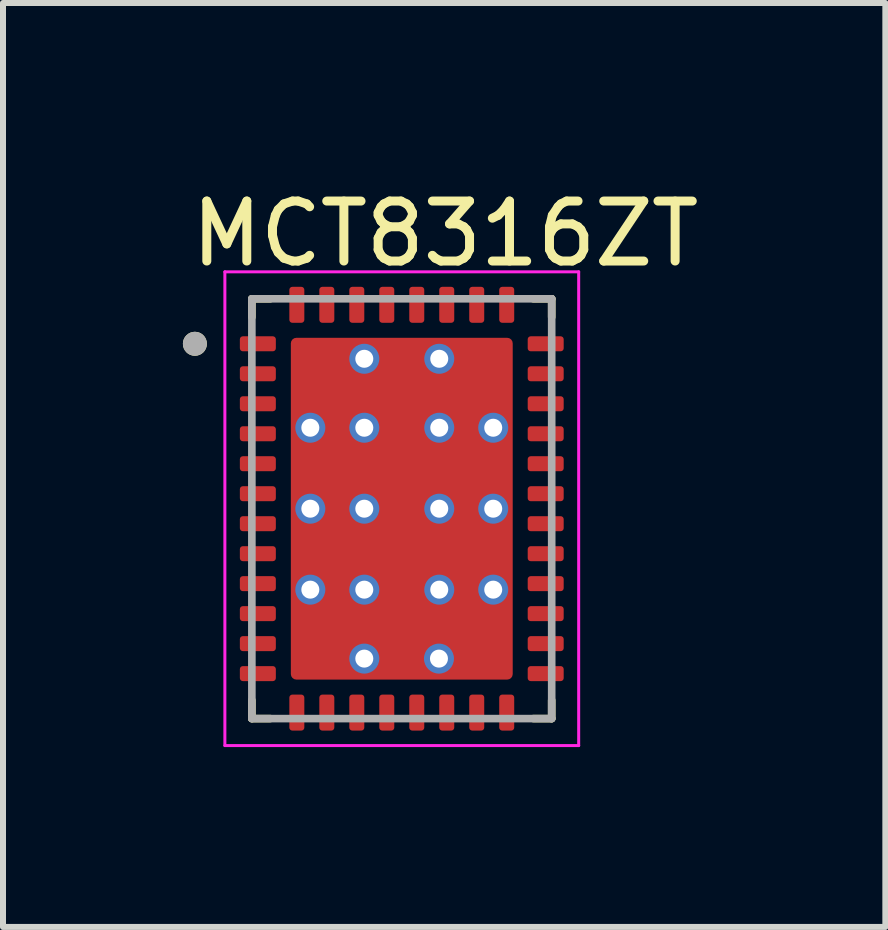
<source format=kicad_pcb>
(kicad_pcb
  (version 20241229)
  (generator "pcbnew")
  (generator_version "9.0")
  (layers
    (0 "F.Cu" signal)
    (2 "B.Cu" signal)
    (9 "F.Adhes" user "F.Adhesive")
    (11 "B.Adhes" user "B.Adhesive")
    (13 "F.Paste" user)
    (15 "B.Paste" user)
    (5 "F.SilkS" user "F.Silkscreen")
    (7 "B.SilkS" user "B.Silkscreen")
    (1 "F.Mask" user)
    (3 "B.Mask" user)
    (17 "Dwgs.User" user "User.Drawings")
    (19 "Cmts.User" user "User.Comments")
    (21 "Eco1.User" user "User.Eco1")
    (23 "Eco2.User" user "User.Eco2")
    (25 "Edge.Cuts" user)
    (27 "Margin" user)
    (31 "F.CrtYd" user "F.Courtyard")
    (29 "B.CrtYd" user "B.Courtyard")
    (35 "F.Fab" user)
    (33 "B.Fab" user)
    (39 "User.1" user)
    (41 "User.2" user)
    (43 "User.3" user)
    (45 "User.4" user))
  (footprint "MCT8316ZT"
    (layer "F.Cu")
    (at 3.65 5.433)
    (property "Reference" "MCT8316ZT" (at 0.725 -4.585 0) (layer "F.SilkS") (effects (font (size 1 1) (thickness 0.15))))
    (attr smd)
    (fp_rect (start -1.8 -2.8) (end 1.8 2.8) (stroke (width 0.2) (type solid)) (fill yes) (layer "F.Mask"))
    (fp_poly (pts (xy -2.77 -2.825) (xy -2.77 -2.675) (xy -2.77 -2.669) (xy -2.769 -2.662) (xy -2.769 -2.656) (xy -2.767 -2.65) (xy -2.766 -2.644) (xy -2.764 -2.638) (xy -2.762 -2.632) (xy -2.76 -2.626) (xy -2.757 -2.621) (xy -2.754 -2.615) (xy -2.751 -2.61) (xy -2.747 -2.604) (xy -2.743 -2.599) (xy -2.739 -2.595) (xy -2.735 -2.59) (xy -2.73 -2.586) (xy -2.726 -2.582) (xy -2.721 -2.578) (xy -2.715 -2.574) (xy -2.71 -2.571) (xy -2.704 -2.568) (xy -2.699 -2.565) (xy -2.693 -2.563) (xy -2.687 -2.561) (xy -2.681 -2.559) (xy -2.675 -2.558) (xy -2.669 -2.556) (xy -2.663 -2.556) (xy -2.656 -2.555) (xy -2.65 -2.555) (xy -2.15 -2.555) (xy -2.144 -2.555) (xy -2.137 -2.556) (xy -2.131 -2.556) (xy -2.125 -2.558) (xy -2.119 -2.559) (xy -2.113 -2.561) (xy -2.107 -2.563) (xy -2.101 -2.565) (xy -2.096 -2.568) (xy -2.09 -2.571) (xy -2.085 -2.574) (xy -2.079 -2.578) (xy -2.074 -2.582) (xy -2.07 -2.586) (xy -2.065 -2.59) (xy -2.061 -2.595) (xy -2.057 -2.599) (xy -2.053 -2.604) (xy -2.049 -2.61) (xy -2.046 -2.615) (xy -2.043 -2.621) (xy -2.04 -2.626) (xy -2.038 -2.632) (xy -2.036 -2.638) (xy -2.034 -2.644) (xy -2.033 -2.65) (xy -2.031 -2.656) (xy -2.031 -2.662) (xy -2.03 -2.669) (xy -2.03 -2.675) (xy -2.03 -2.825) (xy -2.03 -2.831) (xy -2.031 -2.838) (xy -2.031 -2.844) (xy -2.033 -2.85) (xy -2.034 -2.856) (xy -2.036 -2.862) (xy -2.038 -2.868) (xy -2.04 -2.874) (xy -2.043 -2.879) (xy -2.046 -2.885) (xy -2.049 -2.89) (xy -2.053 -2.896) (xy -2.057 -2.901) (xy -2.061 -2.905) (xy -2.065 -2.91) (xy -2.07 -2.914) (xy -2.074 -2.918) (xy -2.079 -2.922) (xy -2.085 -2.926) (xy -2.09 -2.929) (xy -2.096 -2.932) (xy -2.101 -2.935) (xy -2.107 -2.937) (xy -2.113 -2.939) (xy -2.119 -2.941) (xy -2.125 -2.942) (xy -2.131 -2.944) (xy -2.137 -2.944) (xy -2.144 -2.945) (xy -2.15 -2.945) (xy -2.65 -2.945) (xy -2.656 -2.945) (xy -2.663 -2.944) (xy -2.669 -2.944) (xy -2.675 -2.942) (xy -2.681 -2.941) (xy -2.687 -2.939) (xy -2.693 -2.937) (xy -2.699 -2.935) (xy -2.704 -2.932) (xy -2.71 -2.929) (xy -2.715 -2.926) (xy -2.721 -2.922) (xy -2.726 -2.918) (xy -2.73 -2.914) (xy -2.735 -2.91) (xy -2.739 -2.905) (xy -2.743 -2.901) (xy -2.747 -2.896) (xy -2.751 -2.89) (xy -2.754 -2.885) (xy -2.757 -2.879) (xy -2.76 -2.874) (xy -2.762 -2.868) (xy -2.764 -2.862) (xy -2.766 -2.856) (xy -2.767 -2.85) (xy -2.769 -2.844) (xy -2.769 -2.838) (xy -2.77 -2.831) (xy -2.77 -2.825)) (stroke (width 0.01) (type solid)) (fill yes) (layer "F.Mask"))
    (fp_poly (pts (xy -2.77 -2.325) (xy -2.77 -2.175) (xy -2.77 -2.169) (xy -2.769 -2.162) (xy -2.769 -2.156) (xy -2.767 -2.15) (xy -2.766 -2.144) (xy -2.764 -2.138) (xy -2.762 -2.132) (xy -2.76 -2.126) (xy -2.757 -2.121) (xy -2.754 -2.115) (xy -2.751 -2.11) (xy -2.747 -2.104) (xy -2.743 -2.099) (xy -2.739 -2.095) (xy -2.735 -2.09) (xy -2.73 -2.086) (xy -2.726 -2.082) (xy -2.721 -2.078) (xy -2.715 -2.074) (xy -2.71 -2.071) (xy -2.704 -2.068) (xy -2.699 -2.065) (xy -2.693 -2.063) (xy -2.687 -2.061) (xy -2.681 -2.059) (xy -2.675 -2.058) (xy -2.669 -2.056) (xy -2.663 -2.056) (xy -2.656 -2.055) (xy -2.65 -2.055) (xy -2.15 -2.055) (xy -2.144 -2.055) (xy -2.137 -2.056) (xy -2.131 -2.056) (xy -2.125 -2.058) (xy -2.119 -2.059) (xy -2.113 -2.061) (xy -2.107 -2.063) (xy -2.101 -2.065) (xy -2.096 -2.068) (xy -2.09 -2.071) (xy -2.085 -2.074) (xy -2.079 -2.078) (xy -2.074 -2.082) (xy -2.07 -2.086) (xy -2.065 -2.09) (xy -2.061 -2.095) (xy -2.057 -2.099) (xy -2.053 -2.104) (xy -2.049 -2.11) (xy -2.046 -2.115) (xy -2.043 -2.121) (xy -2.04 -2.126) (xy -2.038 -2.132) (xy -2.036 -2.138) (xy -2.034 -2.144) (xy -2.033 -2.15) (xy -2.031 -2.156) (xy -2.031 -2.162) (xy -2.03 -2.169) (xy -2.03 -2.175) (xy -2.03 -2.325) (xy -2.03 -2.331) (xy -2.031 -2.338) (xy -2.031 -2.344) (xy -2.033 -2.35) (xy -2.034 -2.356) (xy -2.036 -2.362) (xy -2.038 -2.368) (xy -2.04 -2.374) (xy -2.043 -2.379) (xy -2.046 -2.385) (xy -2.049 -2.39) (xy -2.053 -2.396) (xy -2.057 -2.401) (xy -2.061 -2.405) (xy -2.065 -2.41) (xy -2.07 -2.414) (xy -2.074 -2.418) (xy -2.079 -2.422) (xy -2.085 -2.426) (xy -2.09 -2.429) (xy -2.096 -2.432) (xy -2.101 -2.435) (xy -2.107 -2.437) (xy -2.113 -2.439) (xy -2.119 -2.441) (xy -2.125 -2.442) (xy -2.131 -2.444) (xy -2.137 -2.444) (xy -2.144 -2.445) (xy -2.15 -2.445) (xy -2.65 -2.445) (xy -2.656 -2.445) (xy -2.663 -2.444) (xy -2.669 -2.444) (xy -2.675 -2.442) (xy -2.681 -2.441) (xy -2.687 -2.439) (xy -2.693 -2.437) (xy -2.699 -2.435) (xy -2.704 -2.432) (xy -2.71 -2.429) (xy -2.715 -2.426) (xy -2.721 -2.422) (xy -2.726 -2.418) (xy -2.73 -2.414) (xy -2.735 -2.41) (xy -2.739 -2.405) (xy -2.743 -2.401) (xy -2.747 -2.396) (xy -2.751 -2.39) (xy -2.754 -2.385) (xy -2.757 -2.379) (xy -2.76 -2.374) (xy -2.762 -2.368) (xy -2.764 -2.362) (xy -2.766 -2.356) (xy -2.767 -2.35) (xy -2.769 -2.344) (xy -2.769 -2.338) (xy -2.77 -2.331) (xy -2.77 -2.325)) (stroke (width 0.01) (type solid)) (fill yes) (layer "F.Mask"))
    (fp_poly (pts (xy -2.77 -1.825) (xy -2.77 -1.675) (xy -2.77 -1.669) (xy -2.769 -1.662) (xy -2.769 -1.656) (xy -2.767 -1.65) (xy -2.766 -1.644) (xy -2.764 -1.638) (xy -2.762 -1.632) (xy -2.76 -1.626) (xy -2.757 -1.621) (xy -2.754 -1.615) (xy -2.751 -1.61) (xy -2.747 -1.604) (xy -2.743 -1.599) (xy -2.739 -1.595) (xy -2.735 -1.59) (xy -2.73 -1.586) (xy -2.726 -1.582) (xy -2.721 -1.578) (xy -2.715 -1.574) (xy -2.71 -1.571) (xy -2.704 -1.568) (xy -2.699 -1.565) (xy -2.693 -1.563) (xy -2.687 -1.561) (xy -2.681 -1.559) (xy -2.675 -1.558) (xy -2.669 -1.556) (xy -2.663 -1.556) (xy -2.656 -1.555) (xy -2.65 -1.555) (xy -2.15 -1.555) (xy -2.144 -1.555) (xy -2.137 -1.556) (xy -2.131 -1.556) (xy -2.125 -1.558) (xy -2.119 -1.559) (xy -2.113 -1.561) (xy -2.107 -1.563) (xy -2.101 -1.565) (xy -2.096 -1.568) (xy -2.09 -1.571) (xy -2.085 -1.574) (xy -2.079 -1.578) (xy -2.074 -1.582) (xy -2.07 -1.586) (xy -2.065 -1.59) (xy -2.061 -1.595) (xy -2.057 -1.599) (xy -2.053 -1.604) (xy -2.049 -1.61) (xy -2.046 -1.615) (xy -2.043 -1.621) (xy -2.04 -1.626) (xy -2.038 -1.632) (xy -2.036 -1.638) (xy -2.034 -1.644) (xy -2.033 -1.65) (xy -2.031 -1.656) (xy -2.031 -1.662) (xy -2.03 -1.669) (xy -2.03 -1.675) (xy -2.03 -1.825) (xy -2.03 -1.831) (xy -2.031 -1.838) (xy -2.031 -1.844) (xy -2.033 -1.85) (xy -2.034 -1.856) (xy -2.036 -1.862) (xy -2.038 -1.868) (xy -2.04 -1.874) (xy -2.043 -1.879) (xy -2.046 -1.885) (xy -2.049 -1.89) (xy -2.053 -1.896) (xy -2.057 -1.901) (xy -2.061 -1.905) (xy -2.065 -1.91) (xy -2.07 -1.914) (xy -2.074 -1.918) (xy -2.079 -1.922) (xy -2.085 -1.926) (xy -2.09 -1.929) (xy -2.096 -1.932) (xy -2.101 -1.935) (xy -2.107 -1.937) (xy -2.113 -1.939) (xy -2.119 -1.941) (xy -2.125 -1.942) (xy -2.131 -1.944) (xy -2.137 -1.944) (xy -2.144 -1.945) (xy -2.15 -1.945) (xy -2.65 -1.945) (xy -2.656 -1.945) (xy -2.663 -1.944) (xy -2.669 -1.944) (xy -2.675 -1.942) (xy -2.681 -1.941) (xy -2.687 -1.939) (xy -2.693 -1.937) (xy -2.699 -1.935) (xy -2.704 -1.932) (xy -2.71 -1.929) (xy -2.715 -1.926) (xy -2.721 -1.922) (xy -2.726 -1.918) (xy -2.73 -1.914) (xy -2.735 -1.91) (xy -2.739 -1.905) (xy -2.743 -1.901) (xy -2.747 -1.896) (xy -2.751 -1.89) (xy -2.754 -1.885) (xy -2.757 -1.879) (xy -2.76 -1.874) (xy -2.762 -1.868) (xy -2.764 -1.862) (xy -2.766 -1.856) (xy -2.767 -1.85) (xy -2.769 -1.844) (xy -2.769 -1.838) (xy -2.77 -1.831) (xy -2.77 -1.825)) (stroke (width 0.01) (type solid)) (fill yes) (layer "F.Mask"))
    (fp_poly (pts (xy -2.77 -1.325) (xy -2.77 -1.175) (xy -2.77 -1.169) (xy -2.769 -1.162) (xy -2.769 -1.156) (xy -2.767 -1.15) (xy -2.766 -1.144) (xy -2.764 -1.138) (xy -2.762 -1.132) (xy -2.76 -1.126) (xy -2.757 -1.121) (xy -2.754 -1.115) (xy -2.751 -1.11) (xy -2.747 -1.104) (xy -2.743 -1.099) (xy -2.739 -1.095) (xy -2.735 -1.09) (xy -2.73 -1.086) (xy -2.726 -1.082) (xy -2.721 -1.078) (xy -2.715 -1.074) (xy -2.71 -1.071) (xy -2.704 -1.068) (xy -2.699 -1.065) (xy -2.693 -1.063) (xy -2.687 -1.061) (xy -2.681 -1.059) (xy -2.675 -1.058) (xy -2.669 -1.056) (xy -2.663 -1.056) (xy -2.656 -1.055) (xy -2.65 -1.055) (xy -2.15 -1.055) (xy -2.144 -1.055) (xy -2.137 -1.056) (xy -2.131 -1.056) (xy -2.125 -1.058) (xy -2.119 -1.059) (xy -2.113 -1.061) (xy -2.107 -1.063) (xy -2.101 -1.065) (xy -2.096 -1.068) (xy -2.09 -1.071) (xy -2.085 -1.074) (xy -2.079 -1.078) (xy -2.074 -1.082) (xy -2.07 -1.086) (xy -2.065 -1.09) (xy -2.061 -1.095) (xy -2.057 -1.099) (xy -2.053 -1.104) (xy -2.049 -1.11) (xy -2.046 -1.115) (xy -2.043 -1.121) (xy -2.04 -1.126) (xy -2.038 -1.132) (xy -2.036 -1.138) (xy -2.034 -1.144) (xy -2.033 -1.15) (xy -2.031 -1.156) (xy -2.031 -1.162) (xy -2.03 -1.169) (xy -2.03 -1.175) (xy -2.03 -1.325) (xy -2.03 -1.331) (xy -2.031 -1.338) (xy -2.031 -1.344) (xy -2.033 -1.35) (xy -2.034 -1.356) (xy -2.036 -1.362) (xy -2.038 -1.368) (xy -2.04 -1.374) (xy -2.043 -1.379) (xy -2.046 -1.385) (xy -2.049 -1.39) (xy -2.053 -1.396) (xy -2.057 -1.401) (xy -2.061 -1.405) (xy -2.065 -1.41) (xy -2.07 -1.414) (xy -2.074 -1.418) (xy -2.079 -1.422) (xy -2.085 -1.426) (xy -2.09 -1.429) (xy -2.096 -1.432) (xy -2.101 -1.435) (xy -2.107 -1.437) (xy -2.113 -1.439) (xy -2.119 -1.441) (xy -2.125 -1.442) (xy -2.131 -1.444) (xy -2.137 -1.444) (xy -2.144 -1.445) (xy -2.15 -1.445) (xy -2.65 -1.445) (xy -2.656 -1.445) (xy -2.663 -1.444) (xy -2.669 -1.444) (xy -2.675 -1.442) (xy -2.681 -1.441) (xy -2.687 -1.439) (xy -2.693 -1.437) (xy -2.699 -1.435) (xy -2.704 -1.432) (xy -2.71 -1.429) (xy -2.715 -1.426) (xy -2.721 -1.422) (xy -2.726 -1.418) (xy -2.73 -1.414) (xy -2.735 -1.41) (xy -2.739 -1.405) (xy -2.743 -1.401) (xy -2.747 -1.396) (xy -2.751 -1.39) (xy -2.754 -1.385) (xy -2.757 -1.379) (xy -2.76 -1.374) (xy -2.762 -1.368) (xy -2.764 -1.362) (xy -2.766 -1.356) (xy -2.767 -1.35) (xy -2.769 -1.344) (xy -2.769 -1.338) (xy -2.77 -1.331) (xy -2.77 -1.325)) (stroke (width 0.01) (type solid)) (fill yes) (layer "F.Mask"))
    (fp_poly (pts (xy -2.77 -0.825) (xy -2.77 -0.675) (xy -2.77 -0.669) (xy -2.769 -0.662) (xy -2.769 -0.656) (xy -2.767 -0.65) (xy -2.766 -0.644) (xy -2.764 -0.638) (xy -2.762 -0.632) (xy -2.76 -0.626) (xy -2.757 -0.621) (xy -2.754 -0.615) (xy -2.751 -0.61) (xy -2.747 -0.604) (xy -2.743 -0.599) (xy -2.739 -0.595) (xy -2.735 -0.59) (xy -2.73 -0.586) (xy -2.726 -0.582) (xy -2.721 -0.578) (xy -2.715 -0.574) (xy -2.71 -0.571) (xy -2.704 -0.568) (xy -2.699 -0.565) (xy -2.693 -0.563) (xy -2.687 -0.561) (xy -2.681 -0.559) (xy -2.675 -0.558) (xy -2.669 -0.556) (xy -2.663 -0.556) (xy -2.656 -0.555) (xy -2.65 -0.555) (xy -2.15 -0.555) (xy -2.144 -0.555) (xy -2.137 -0.556) (xy -2.131 -0.556) (xy -2.125 -0.558) (xy -2.119 -0.559) (xy -2.113 -0.561) (xy -2.107 -0.563) (xy -2.101 -0.565) (xy -2.096 -0.568) (xy -2.09 -0.571) (xy -2.085 -0.574) (xy -2.079 -0.578) (xy -2.074 -0.582) (xy -2.07 -0.586) (xy -2.065 -0.59) (xy -2.061 -0.595) (xy -2.057 -0.599) (xy -2.053 -0.604) (xy -2.049 -0.61) (xy -2.046 -0.615) (xy -2.043 -0.621) (xy -2.04 -0.626) (xy -2.038 -0.632) (xy -2.036 -0.638) (xy -2.034 -0.644) (xy -2.033 -0.65) (xy -2.031 -0.656) (xy -2.031 -0.662) (xy -2.03 -0.669) (xy -2.03 -0.675) (xy -2.03 -0.825) (xy -2.03 -0.831) (xy -2.031 -0.838) (xy -2.031 -0.844) (xy -2.033 -0.85) (xy -2.034 -0.856) (xy -2.036 -0.862) (xy -2.038 -0.868) (xy -2.04 -0.874) (xy -2.043 -0.879) (xy -2.046 -0.885) (xy -2.049 -0.89) (xy -2.053 -0.896) (xy -2.057 -0.901) (xy -2.061 -0.905) (xy -2.065 -0.91) (xy -2.07 -0.914) (xy -2.074 -0.918) (xy -2.079 -0.922) (xy -2.085 -0.926) (xy -2.09 -0.929) (xy -2.096 -0.932) (xy -2.101 -0.935) (xy -2.107 -0.937) (xy -2.113 -0.939) (xy -2.119 -0.941) (xy -2.125 -0.942) (xy -2.131 -0.944) (xy -2.137 -0.944) (xy -2.144 -0.945) (xy -2.15 -0.945) (xy -2.65 -0.945) (xy -2.656 -0.945) (xy -2.663 -0.944) (xy -2.669 -0.944) (xy -2.675 -0.942) (xy -2.681 -0.941) (xy -2.687 -0.939) (xy -2.693 -0.937) (xy -2.699 -0.935) (xy -2.704 -0.932) (xy -2.71 -0.929) (xy -2.715 -0.926) (xy -2.721 -0.922) (xy -2.726 -0.918) (xy -2.73 -0.914) (xy -2.735 -0.91) (xy -2.739 -0.905) (xy -2.743 -0.901) (xy -2.747 -0.896) (xy -2.751 -0.89) (xy -2.754 -0.885) (xy -2.757 -0.879) (xy -2.76 -0.874) (xy -2.762 -0.868) (xy -2.764 -0.862) (xy -2.766 -0.856) (xy -2.767 -0.85) (xy -2.769 -0.844) (xy -2.769 -0.838) (xy -2.77 -0.831) (xy -2.77 -0.825)) (stroke (width 0.01) (type solid)) (fill yes) (layer "F.Mask"))
    (fp_poly (pts (xy -2.77 -0.325) (xy -2.77 -0.175) (xy -2.77 -0.169) (xy -2.769 -0.162) (xy -2.769 -0.156) (xy -2.767 -0.15) (xy -2.766 -0.144) (xy -2.764 -0.138) (xy -2.762 -0.132) (xy -2.76 -0.126) (xy -2.757 -0.121) (xy -2.754 -0.115) (xy -2.751 -0.11) (xy -2.747 -0.104) (xy -2.743 -0.099) (xy -2.739 -0.095) (xy -2.735 -0.09) (xy -2.73 -0.086) (xy -2.726 -0.082) (xy -2.721 -0.078) (xy -2.715 -0.074) (xy -2.71 -0.071) (xy -2.704 -0.068) (xy -2.699 -0.065) (xy -2.693 -0.063) (xy -2.687 -0.061) (xy -2.681 -0.059) (xy -2.675 -0.058) (xy -2.669 -0.056) (xy -2.663 -0.056) (xy -2.656 -0.055) (xy -2.65 -0.055) (xy -2.15 -0.055) (xy -2.144 -0.055) (xy -2.137 -0.056) (xy -2.131 -0.056) (xy -2.125 -0.058) (xy -2.119 -0.059) (xy -2.113 -0.061) (xy -2.107 -0.063) (xy -2.101 -0.065) (xy -2.096 -0.068) (xy -2.09 -0.071) (xy -2.085 -0.074) (xy -2.079 -0.078) (xy -2.074 -0.082) (xy -2.07 -0.086) (xy -2.065 -0.09) (xy -2.061 -0.095) (xy -2.057 -0.099) (xy -2.053 -0.104) (xy -2.049 -0.11) (xy -2.046 -0.115) (xy -2.043 -0.121) (xy -2.04 -0.126) (xy -2.038 -0.132) (xy -2.036 -0.138) (xy -2.034 -0.144) (xy -2.033 -0.15) (xy -2.031 -0.156) (xy -2.031 -0.162) (xy -2.03 -0.169) (xy -2.03 -0.175) (xy -2.03 -0.325) (xy -2.03 -0.331) (xy -2.031 -0.338) (xy -2.031 -0.344) (xy -2.033 -0.35) (xy -2.034 -0.356) (xy -2.036 -0.362) (xy -2.038 -0.368) (xy -2.04 -0.374) (xy -2.043 -0.379) (xy -2.046 -0.385) (xy -2.049 -0.39) (xy -2.053 -0.396) (xy -2.057 -0.401) (xy -2.061 -0.405) (xy -2.065 -0.41) (xy -2.07 -0.414) (xy -2.074 -0.418) (xy -2.079 -0.422) (xy -2.085 -0.426) (xy -2.09 -0.429) (xy -2.096 -0.432) (xy -2.101 -0.435) (xy -2.107 -0.437) (xy -2.113 -0.439) (xy -2.119 -0.441) (xy -2.125 -0.442) (xy -2.131 -0.444) (xy -2.137 -0.444) (xy -2.144 -0.445) (xy -2.15 -0.445) (xy -2.65 -0.445) (xy -2.656 -0.445) (xy -2.663 -0.444) (xy -2.669 -0.444) (xy -2.675 -0.442) (xy -2.681 -0.441) (xy -2.687 -0.439) (xy -2.693 -0.437) (xy -2.699 -0.435) (xy -2.704 -0.432) (xy -2.71 -0.429) (xy -2.715 -0.426) (xy -2.721 -0.422) (xy -2.726 -0.418) (xy -2.73 -0.414) (xy -2.735 -0.41) (xy -2.739 -0.405) (xy -2.743 -0.401) (xy -2.747 -0.396) (xy -2.751 -0.39) (xy -2.754 -0.385) (xy -2.757 -0.379) (xy -2.76 -0.374) (xy -2.762 -0.368) (xy -2.764 -0.362) (xy -2.766 -0.356) (xy -2.767 -0.35) (xy -2.769 -0.344) (xy -2.769 -0.338) (xy -2.77 -0.331) (xy -2.77 -0.325)) (stroke (width 0.01) (type solid)) (fill yes) (layer "F.Mask"))
    (fp_poly (pts (xy -2.77 0.175) (xy -2.77 0.325) (xy -2.77 0.331) (xy -2.769 0.338) (xy -2.769 0.344) (xy -2.767 0.35) (xy -2.766 0.356) (xy -2.764 0.362) (xy -2.762 0.368) (xy -2.76 0.374) (xy -2.757 0.379) (xy -2.754 0.385) (xy -2.751 0.39) (xy -2.747 0.396) (xy -2.743 0.401) (xy -2.739 0.405) (xy -2.735 0.41) (xy -2.73 0.414) (xy -2.726 0.418) (xy -2.721 0.422) (xy -2.715 0.426) (xy -2.71 0.429) (xy -2.704 0.432) (xy -2.699 0.435) (xy -2.693 0.437) (xy -2.687 0.439) (xy -2.681 0.441) (xy -2.675 0.442) (xy -2.669 0.444) (xy -2.663 0.444) (xy -2.656 0.445) (xy -2.65 0.445) (xy -2.15 0.445) (xy -2.144 0.445) (xy -2.137 0.444) (xy -2.131 0.444) (xy -2.125 0.442) (xy -2.119 0.441) (xy -2.113 0.439) (xy -2.107 0.437) (xy -2.101 0.435) (xy -2.096 0.432) (xy -2.09 0.429) (xy -2.085 0.426) (xy -2.079 0.422) (xy -2.074 0.418) (xy -2.07 0.414) (xy -2.065 0.41) (xy -2.061 0.405) (xy -2.057 0.401) (xy -2.053 0.396) (xy -2.049 0.39) (xy -2.046 0.385) (xy -2.043 0.379) (xy -2.04 0.374) (xy -2.038 0.368) (xy -2.036 0.362) (xy -2.034 0.356) (xy -2.033 0.35) (xy -2.031 0.344) (xy -2.031 0.338) (xy -2.03 0.331) (xy -2.03 0.325) (xy -2.03 0.175) (xy -2.03 0.169) (xy -2.031 0.162) (xy -2.031 0.156) (xy -2.033 0.15) (xy -2.034 0.144) (xy -2.036 0.138) (xy -2.038 0.132) (xy -2.04 0.126) (xy -2.043 0.121) (xy -2.046 0.115) (xy -2.049 0.11) (xy -2.053 0.104) (xy -2.057 0.099) (xy -2.061 0.095) (xy -2.065 0.09) (xy -2.07 0.086) (xy -2.074 0.082) (xy -2.079 0.078) (xy -2.085 0.074) (xy -2.09 0.071) (xy -2.096 0.068) (xy -2.101 0.065) (xy -2.107 0.063) (xy -2.113 0.061) (xy -2.119 0.059) (xy -2.125 0.058) (xy -2.131 0.056) (xy -2.137 0.056) (xy -2.144 0.055) (xy -2.15 0.055) (xy -2.65 0.055) (xy -2.656 0.055) (xy -2.663 0.056) (xy -2.669 0.056) (xy -2.675 0.058) (xy -2.681 0.059) (xy -2.687 0.061) (xy -2.693 0.063) (xy -2.699 0.065) (xy -2.704 0.068) (xy -2.71 0.071) (xy -2.715 0.074) (xy -2.721 0.078) (xy -2.726 0.082) (xy -2.73 0.086) (xy -2.735 0.09) (xy -2.739 0.095) (xy -2.743 0.099) (xy -2.747 0.104) (xy -2.751 0.11) (xy -2.754 0.115) (xy -2.757 0.121) (xy -2.76 0.126) (xy -2.762 0.132) (xy -2.764 0.138) (xy -2.766 0.144) (xy -2.767 0.15) (xy -2.769 0.156) (xy -2.769 0.162) (xy -2.77 0.169) (xy -2.77 0.175)) (stroke (width 0.01) (type solid)) (fill yes) (layer "F.Mask"))
    (fp_poly (pts (xy -2.77 0.675) (xy -2.77 0.825) (xy -2.77 0.831) (xy -2.769 0.838) (xy -2.769 0.844) (xy -2.767 0.85) (xy -2.766 0.856) (xy -2.764 0.862) (xy -2.762 0.868) (xy -2.76 0.874) (xy -2.757 0.879) (xy -2.754 0.885) (xy -2.751 0.89) (xy -2.747 0.896) (xy -2.743 0.901) (xy -2.739 0.905) (xy -2.735 0.91) (xy -2.73 0.914) (xy -2.726 0.918) (xy -2.721 0.922) (xy -2.715 0.926) (xy -2.71 0.929) (xy -2.704 0.932) (xy -2.699 0.935) (xy -2.693 0.937) (xy -2.687 0.939) (xy -2.681 0.941) (xy -2.675 0.942) (xy -2.669 0.944) (xy -2.663 0.944) (xy -2.656 0.945) (xy -2.65 0.945) (xy -2.15 0.945) (xy -2.144 0.945) (xy -2.137 0.944) (xy -2.131 0.944) (xy -2.125 0.942) (xy -2.119 0.941) (xy -2.113 0.939) (xy -2.107 0.937) (xy -2.101 0.935) (xy -2.096 0.932) (xy -2.09 0.929) (xy -2.085 0.926) (xy -2.079 0.922) (xy -2.074 0.918) (xy -2.07 0.914) (xy -2.065 0.91) (xy -2.061 0.905) (xy -2.057 0.901) (xy -2.053 0.896) (xy -2.049 0.89) (xy -2.046 0.885) (xy -2.043 0.879) (xy -2.04 0.874) (xy -2.038 0.868) (xy -2.036 0.862) (xy -2.034 0.856) (xy -2.033 0.85) (xy -2.031 0.844) (xy -2.031 0.838) (xy -2.03 0.831) (xy -2.03 0.825) (xy -2.03 0.675) (xy -2.03 0.669) (xy -2.031 0.662) (xy -2.031 0.656) (xy -2.033 0.65) (xy -2.034 0.644) (xy -2.036 0.638) (xy -2.038 0.632) (xy -2.04 0.626) (xy -2.043 0.621) (xy -2.046 0.615) (xy -2.049 0.61) (xy -2.053 0.604) (xy -2.057 0.599) (xy -2.061 0.595) (xy -2.065 0.59) (xy -2.07 0.586) (xy -2.074 0.582) (xy -2.079 0.578) (xy -2.085 0.574) (xy -2.09 0.571) (xy -2.096 0.568) (xy -2.101 0.565) (xy -2.107 0.563) (xy -2.113 0.561) (xy -2.119 0.559) (xy -2.125 0.558) (xy -2.131 0.556) (xy -2.137 0.556) (xy -2.144 0.555) (xy -2.15 0.555) (xy -2.65 0.555) (xy -2.656 0.555) (xy -2.663 0.556) (xy -2.669 0.556) (xy -2.675 0.558) (xy -2.681 0.559) (xy -2.687 0.561) (xy -2.693 0.563) (xy -2.699 0.565) (xy -2.704 0.568) (xy -2.71 0.571) (xy -2.715 0.574) (xy -2.721 0.578) (xy -2.726 0.582) (xy -2.73 0.586) (xy -2.735 0.59) (xy -2.739 0.595) (xy -2.743 0.599) (xy -2.747 0.604) (xy -2.751 0.61) (xy -2.754 0.615) (xy -2.757 0.621) (xy -2.76 0.626) (xy -2.762 0.632) (xy -2.764 0.638) (xy -2.766 0.644) (xy -2.767 0.65) (xy -2.769 0.656) (xy -2.769 0.662) (xy -2.77 0.669) (xy -2.77 0.675)) (stroke (width 0.01) (type solid)) (fill yes) (layer "F.Mask"))
    (fp_poly (pts (xy -2.77 1.175) (xy -2.77 1.325) (xy -2.77 1.331) (xy -2.769 1.338) (xy -2.769 1.344) (xy -2.767 1.35) (xy -2.766 1.356) (xy -2.764 1.362) (xy -2.762 1.368) (xy -2.76 1.374) (xy -2.757 1.379) (xy -2.754 1.385) (xy -2.751 1.39) (xy -2.747 1.396) (xy -2.743 1.401) (xy -2.739 1.405) (xy -2.735 1.41) (xy -2.73 1.414) (xy -2.726 1.418) (xy -2.721 1.422) (xy -2.715 1.426) (xy -2.71 1.429) (xy -2.704 1.432) (xy -2.699 1.435) (xy -2.693 1.437) (xy -2.687 1.439) (xy -2.681 1.441) (xy -2.675 1.442) (xy -2.669 1.444) (xy -2.663 1.444) (xy -2.656 1.445) (xy -2.65 1.445) (xy -2.15 1.445) (xy -2.144 1.445) (xy -2.137 1.444) (xy -2.131 1.444) (xy -2.125 1.442) (xy -2.119 1.441) (xy -2.113 1.439) (xy -2.107 1.437) (xy -2.101 1.435) (xy -2.096 1.432) (xy -2.09 1.429) (xy -2.085 1.426) (xy -2.079 1.422) (xy -2.074 1.418) (xy -2.07 1.414) (xy -2.065 1.41) (xy -2.061 1.405) (xy -2.057 1.401) (xy -2.053 1.396) (xy -2.049 1.39) (xy -2.046 1.385) (xy -2.043 1.379) (xy -2.04 1.374) (xy -2.038 1.368) (xy -2.036 1.362) (xy -2.034 1.356) (xy -2.033 1.35) (xy -2.031 1.344) (xy -2.031 1.338) (xy -2.03 1.331) (xy -2.03 1.325) (xy -2.03 1.175) (xy -2.03 1.169) (xy -2.031 1.162) (xy -2.031 1.156) (xy -2.033 1.15) (xy -2.034 1.144) (xy -2.036 1.138) (xy -2.038 1.132) (xy -2.04 1.126) (xy -2.043 1.121) (xy -2.046 1.115) (xy -2.049 1.11) (xy -2.053 1.104) (xy -2.057 1.099) (xy -2.061 1.095) (xy -2.065 1.09) (xy -2.07 1.086) (xy -2.074 1.082) (xy -2.079 1.078) (xy -2.085 1.074) (xy -2.09 1.071) (xy -2.096 1.068) (xy -2.101 1.065) (xy -2.107 1.063) (xy -2.113 1.061) (xy -2.119 1.059) (xy -2.125 1.058) (xy -2.131 1.056) (xy -2.137 1.056) (xy -2.144 1.055) (xy -2.15 1.055) (xy -2.65 1.055) (xy -2.656 1.055) (xy -2.663 1.056) (xy -2.669 1.056) (xy -2.675 1.058) (xy -2.681 1.059) (xy -2.687 1.061) (xy -2.693 1.063) (xy -2.699 1.065) (xy -2.704 1.068) (xy -2.71 1.071) (xy -2.715 1.074) (xy -2.721 1.078) (xy -2.726 1.082) (xy -2.73 1.086) (xy -2.735 1.09) (xy -2.739 1.095) (xy -2.743 1.099) (xy -2.747 1.104) (xy -2.751 1.11) (xy -2.754 1.115) (xy -2.757 1.121) (xy -2.76 1.126) (xy -2.762 1.132) (xy -2.764 1.138) (xy -2.766 1.144) (xy -2.767 1.15) (xy -2.769 1.156) (xy -2.769 1.162) (xy -2.77 1.169) (xy -2.77 1.175)) (stroke (width 0.01) (type solid)) (fill yes) (layer "F.Mask"))
    (fp_poly (pts (xy -2.77 1.675) (xy -2.77 1.825) (xy -2.77 1.831) (xy -2.769 1.838) (xy -2.769 1.844) (xy -2.767 1.85) (xy -2.766 1.856) (xy -2.764 1.862) (xy -2.762 1.868) (xy -2.76 1.874) (xy -2.757 1.879) (xy -2.754 1.885) (xy -2.751 1.89) (xy -2.747 1.896) (xy -2.743 1.901) (xy -2.739 1.905) (xy -2.735 1.91) (xy -2.73 1.914) (xy -2.726 1.918) (xy -2.721 1.922) (xy -2.715 1.926) (xy -2.71 1.929) (xy -2.704 1.932) (xy -2.699 1.935) (xy -2.693 1.937) (xy -2.687 1.939) (xy -2.681 1.941) (xy -2.675 1.942) (xy -2.669 1.944) (xy -2.663 1.944) (xy -2.656 1.945) (xy -2.65 1.945) (xy -2.15 1.945) (xy -2.144 1.945) (xy -2.137 1.944) (xy -2.131 1.944) (xy -2.125 1.942) (xy -2.119 1.941) (xy -2.113 1.939) (xy -2.107 1.937) (xy -2.101 1.935) (xy -2.096 1.932) (xy -2.09 1.929) (xy -2.085 1.926) (xy -2.079 1.922) (xy -2.074 1.918) (xy -2.07 1.914) (xy -2.065 1.91) (xy -2.061 1.905) (xy -2.057 1.901) (xy -2.053 1.896) (xy -2.049 1.89) (xy -2.046 1.885) (xy -2.043 1.879) (xy -2.04 1.874) (xy -2.038 1.868) (xy -2.036 1.862) (xy -2.034 1.856) (xy -2.033 1.85) (xy -2.031 1.844) (xy -2.031 1.838) (xy -2.03 1.831) (xy -2.03 1.825) (xy -2.03 1.675) (xy -2.03 1.669) (xy -2.031 1.662) (xy -2.031 1.656) (xy -2.033 1.65) (xy -2.034 1.644) (xy -2.036 1.638) (xy -2.038 1.632) (xy -2.04 1.626) (xy -2.043 1.621) (xy -2.046 1.615) (xy -2.049 1.61) (xy -2.053 1.604) (xy -2.057 1.599) (xy -2.061 1.595) (xy -2.065 1.59) (xy -2.07 1.586) (xy -2.074 1.582) (xy -2.079 1.578) (xy -2.085 1.574) (xy -2.09 1.571) (xy -2.096 1.568) (xy -2.101 1.565) (xy -2.107 1.563) (xy -2.113 1.561) (xy -2.119 1.559) (xy -2.125 1.558) (xy -2.131 1.556) (xy -2.137 1.556) (xy -2.144 1.555) (xy -2.15 1.555) (xy -2.65 1.555) (xy -2.656 1.555) (xy -2.663 1.556) (xy -2.669 1.556) (xy -2.675 1.558) (xy -2.681 1.559) (xy -2.687 1.561) (xy -2.693 1.563) (xy -2.699 1.565) (xy -2.704 1.568) (xy -2.71 1.571) (xy -2.715 1.574) (xy -2.721 1.578) (xy -2.726 1.582) (xy -2.73 1.586) (xy -2.735 1.59) (xy -2.739 1.595) (xy -2.743 1.599) (xy -2.747 1.604) (xy -2.751 1.61) (xy -2.754 1.615) (xy -2.757 1.621) (xy -2.76 1.626) (xy -2.762 1.632) (xy -2.764 1.638) (xy -2.766 1.644) (xy -2.767 1.65) (xy -2.769 1.656) (xy -2.769 1.662) (xy -2.77 1.669) (xy -2.77 1.675)) (stroke (width 0.01) (type solid)) (fill yes) (layer "F.Mask"))
    (fp_poly (pts (xy -2.77 2.175) (xy -2.77 2.325) (xy -2.77 2.331) (xy -2.769 2.338) (xy -2.769 2.344) (xy -2.767 2.35) (xy -2.766 2.356) (xy -2.764 2.362) (xy -2.762 2.368) (xy -2.76 2.374) (xy -2.757 2.379) (xy -2.754 2.385) (xy -2.751 2.39) (xy -2.747 2.396) (xy -2.743 2.401) (xy -2.739 2.405) (xy -2.735 2.41) (xy -2.73 2.414) (xy -2.726 2.418) (xy -2.721 2.422) (xy -2.715 2.426) (xy -2.71 2.429) (xy -2.704 2.432) (xy -2.699 2.435) (xy -2.693 2.437) (xy -2.687 2.439) (xy -2.681 2.441) (xy -2.675 2.442) (xy -2.669 2.444) (xy -2.663 2.444) (xy -2.656 2.445) (xy -2.65 2.445) (xy -2.15 2.445) (xy -2.144 2.445) (xy -2.137 2.444) (xy -2.131 2.444) (xy -2.125 2.442) (xy -2.119 2.441) (xy -2.113 2.439) (xy -2.107 2.437) (xy -2.101 2.435) (xy -2.096 2.432) (xy -2.09 2.429) (xy -2.085 2.426) (xy -2.079 2.422) (xy -2.074 2.418) (xy -2.07 2.414) (xy -2.065 2.41) (xy -2.061 2.405) (xy -2.057 2.401) (xy -2.053 2.396) (xy -2.049 2.39) (xy -2.046 2.385) (xy -2.043 2.379) (xy -2.04 2.374) (xy -2.038 2.368) (xy -2.036 2.362) (xy -2.034 2.356) (xy -2.033 2.35) (xy -2.031 2.344) (xy -2.031 2.338) (xy -2.03 2.331) (xy -2.03 2.325) (xy -2.03 2.175) (xy -2.03 2.169) (xy -2.031 2.162) (xy -2.031 2.156) (xy -2.033 2.15) (xy -2.034 2.144) (xy -2.036 2.138) (xy -2.038 2.132) (xy -2.04 2.126) (xy -2.043 2.121) (xy -2.046 2.115) (xy -2.049 2.11) (xy -2.053 2.104) (xy -2.057 2.099) (xy -2.061 2.095) (xy -2.065 2.09) (xy -2.07 2.086) (xy -2.074 2.082) (xy -2.079 2.078) (xy -2.085 2.074) (xy -2.09 2.071) (xy -2.096 2.068) (xy -2.101 2.065) (xy -2.107 2.063) (xy -2.113 2.061) (xy -2.119 2.059) (xy -2.125 2.058) (xy -2.131 2.056) (xy -2.137 2.056) (xy -2.144 2.055) (xy -2.15 2.055) (xy -2.65 2.055) (xy -2.656 2.055) (xy -2.663 2.056) (xy -2.669 2.056) (xy -2.675 2.058) (xy -2.681 2.059) (xy -2.687 2.061) (xy -2.693 2.063) (xy -2.699 2.065) (xy -2.704 2.068) (xy -2.71 2.071) (xy -2.715 2.074) (xy -2.721 2.078) (xy -2.726 2.082) (xy -2.73 2.086) (xy -2.735 2.09) (xy -2.739 2.095) (xy -2.743 2.099) (xy -2.747 2.104) (xy -2.751 2.11) (xy -2.754 2.115) (xy -2.757 2.121) (xy -2.76 2.126) (xy -2.762 2.132) (xy -2.764 2.138) (xy -2.766 2.144) (xy -2.767 2.15) (xy -2.769 2.156) (xy -2.769 2.162) (xy -2.77 2.169) (xy -2.77 2.175)) (stroke (width 0.01) (type solid)) (fill yes) (layer "F.Mask"))
    (fp_poly (pts (xy -2.77 2.675) (xy -2.77 2.825) (xy -2.77 2.831) (xy -2.769 2.838) (xy -2.769 2.844) (xy -2.767 2.85) (xy -2.766 2.856) (xy -2.764 2.862) (xy -2.762 2.868) (xy -2.76 2.874) (xy -2.757 2.879) (xy -2.754 2.885) (xy -2.751 2.89) (xy -2.747 2.896) (xy -2.743 2.901) (xy -2.739 2.905) (xy -2.735 2.91) (xy -2.73 2.914) (xy -2.726 2.918) (xy -2.721 2.922) (xy -2.715 2.926) (xy -2.71 2.929) (xy -2.704 2.932) (xy -2.699 2.935) (xy -2.693 2.937) (xy -2.687 2.939) (xy -2.681 2.941) (xy -2.675 2.942) (xy -2.669 2.944) (xy -2.663 2.944) (xy -2.656 2.945) (xy -2.65 2.945) (xy -2.15 2.945) (xy -2.144 2.945) (xy -2.137 2.944) (xy -2.131 2.944) (xy -2.125 2.942) (xy -2.119 2.941) (xy -2.113 2.939) (xy -2.107 2.937) (xy -2.101 2.935) (xy -2.096 2.932) (xy -2.09 2.929) (xy -2.085 2.926) (xy -2.079 2.922) (xy -2.074 2.918) (xy -2.07 2.914) (xy -2.065 2.91) (xy -2.061 2.905) (xy -2.057 2.901) (xy -2.053 2.896) (xy -2.049 2.89) (xy -2.046 2.885) (xy -2.043 2.879) (xy -2.04 2.874) (xy -2.038 2.868) (xy -2.036 2.862) (xy -2.034 2.856) (xy -2.033 2.85) (xy -2.031 2.844) (xy -2.031 2.838) (xy -2.03 2.831) (xy -2.03 2.825) (xy -2.03 2.675) (xy -2.03 2.669) (xy -2.031 2.662) (xy -2.031 2.656) (xy -2.033 2.65) (xy -2.034 2.644) (xy -2.036 2.638) (xy -2.038 2.632) (xy -2.04 2.626) (xy -2.043 2.621) (xy -2.046 2.615) (xy -2.049 2.61) (xy -2.053 2.604) (xy -2.057 2.599) (xy -2.061 2.595) (xy -2.065 2.59) (xy -2.07 2.586) (xy -2.074 2.582) (xy -2.079 2.578) (xy -2.085 2.574) (xy -2.09 2.571) (xy -2.096 2.568) (xy -2.101 2.565) (xy -2.107 2.563) (xy -2.113 2.561) (xy -2.119 2.559) (xy -2.125 2.558) (xy -2.131 2.556) (xy -2.137 2.556) (xy -2.144 2.555) (xy -2.15 2.555) (xy -2.65 2.555) (xy -2.656 2.555) (xy -2.663 2.556) (xy -2.669 2.556) (xy -2.675 2.558) (xy -2.681 2.559) (xy -2.687 2.561) (xy -2.693 2.563) (xy -2.699 2.565) (xy -2.704 2.568) (xy -2.71 2.571) (xy -2.715 2.574) (xy -2.721 2.578) (xy -2.726 2.582) (xy -2.73 2.586) (xy -2.735 2.59) (xy -2.739 2.595) (xy -2.743 2.599) (xy -2.747 2.604) (xy -2.751 2.61) (xy -2.754 2.615) (xy -2.757 2.621) (xy -2.76 2.626) (xy -2.762 2.632) (xy -2.764 2.638) (xy -2.766 2.644) (xy -2.767 2.65) (xy -2.769 2.656) (xy -2.769 2.662) (xy -2.77 2.669) (xy -2.77 2.675)) (stroke (width 0.01) (type solid)) (fill yes) (layer "F.Mask"))
    (fp_poly (pts (xy -1.825 -3.03) (xy -1.675 -3.03) (xy -1.669 -3.03) (xy -1.662 -3.031) (xy -1.656 -3.031) (xy -1.65 -3.033) (xy -1.644 -3.034) (xy -1.638 -3.036) (xy -1.632 -3.038) (xy -1.626 -3.04) (xy -1.621 -3.043) (xy -1.615 -3.046) (xy -1.61 -3.049) (xy -1.604 -3.053) (xy -1.599 -3.057) (xy -1.595 -3.061) (xy -1.59 -3.065) (xy -1.586 -3.07) (xy -1.582 -3.074) (xy -1.578 -3.079) (xy -1.574 -3.085) (xy -1.571 -3.09) (xy -1.568 -3.096) (xy -1.565 -3.101) (xy -1.563 -3.107) (xy -1.561 -3.113) (xy -1.559 -3.119) (xy -1.558 -3.125) (xy -1.556 -3.131) (xy -1.556 -3.137) (xy -1.555 -3.144) (xy -1.555 -3.15) (xy -1.555 -3.65) (xy -1.555 -3.656) (xy -1.556 -3.663) (xy -1.556 -3.669) (xy -1.558 -3.675) (xy -1.559 -3.681) (xy -1.561 -3.687) (xy -1.563 -3.693) (xy -1.565 -3.699) (xy -1.568 -3.704) (xy -1.571 -3.71) (xy -1.574 -3.715) (xy -1.578 -3.721) (xy -1.582 -3.726) (xy -1.586 -3.73) (xy -1.59 -3.735) (xy -1.595 -3.739) (xy -1.599 -3.743) (xy -1.604 -3.747) (xy -1.61 -3.751) (xy -1.615 -3.754) (xy -1.621 -3.757) (xy -1.626 -3.76) (xy -1.632 -3.762) (xy -1.638 -3.764) (xy -1.644 -3.766) (xy -1.65 -3.767) (xy -1.656 -3.769) (xy -1.662 -3.769) (xy -1.669 -3.77) (xy -1.675 -3.77) (xy -1.825 -3.77) (xy -1.831 -3.77) (xy -1.838 -3.769) (xy -1.844 -3.769) (xy -1.85 -3.767) (xy -1.856 -3.766) (xy -1.862 -3.764) (xy -1.868 -3.762) (xy -1.874 -3.76) (xy -1.879 -3.757) (xy -1.885 -3.754) (xy -1.89 -3.751) (xy -1.896 -3.747) (xy -1.901 -3.743) (xy -1.905 -3.739) (xy -1.91 -3.735) (xy -1.914 -3.73) (xy -1.918 -3.726) (xy -1.922 -3.721) (xy -1.926 -3.715) (xy -1.929 -3.71) (xy -1.932 -3.704) (xy -1.935 -3.699) (xy -1.937 -3.693) (xy -1.939 -3.687) (xy -1.941 -3.681) (xy -1.942 -3.675) (xy -1.944 -3.669) (xy -1.944 -3.663) (xy -1.945 -3.656) (xy -1.945 -3.65) (xy -1.945 -3.15) (xy -1.945 -3.144) (xy -1.944 -3.137) (xy -1.944 -3.131) (xy -1.942 -3.125) (xy -1.941 -3.119) (xy -1.939 -3.113) (xy -1.937 -3.107) (xy -1.935 -3.101) (xy -1.932 -3.096) (xy -1.929 -3.09) (xy -1.926 -3.085) (xy -1.922 -3.079) (xy -1.918 -3.074) (xy -1.914 -3.07) (xy -1.91 -3.065) (xy -1.905 -3.061) (xy -1.901 -3.057) (xy -1.896 -3.053) (xy -1.89 -3.049) (xy -1.885 -3.046) (xy -1.879 -3.043) (xy -1.874 -3.04) (xy -1.868 -3.038) (xy -1.862 -3.036) (xy -1.856 -3.034) (xy -1.85 -3.033) (xy -1.844 -3.031) (xy -1.838 -3.031) (xy -1.831 -3.03) (xy -1.825 -3.03)) (stroke (width 0.01) (type solid)) (fill yes) (layer "F.Mask"))
    (fp_poly (pts (xy -1.825 3.77) (xy -1.675 3.77) (xy -1.669 3.77) (xy -1.662 3.769) (xy -1.656 3.769) (xy -1.65 3.767) (xy -1.644 3.766) (xy -1.638 3.764) (xy -1.632 3.762) (xy -1.626 3.76) (xy -1.621 3.757) (xy -1.615 3.754) (xy -1.61 3.751) (xy -1.604 3.747) (xy -1.599 3.743) (xy -1.595 3.739) (xy -1.59 3.735) (xy -1.586 3.73) (xy -1.582 3.726) (xy -1.578 3.721) (xy -1.574 3.715) (xy -1.571 3.71) (xy -1.568 3.704) (xy -1.565 3.699) (xy -1.563 3.693) (xy -1.561 3.687) (xy -1.559 3.681) (xy -1.558 3.675) (xy -1.556 3.669) (xy -1.556 3.663) (xy -1.555 3.656) (xy -1.555 3.65) (xy -1.555 3.15) (xy -1.555 3.144) (xy -1.556 3.137) (xy -1.556 3.131) (xy -1.558 3.125) (xy -1.559 3.119) (xy -1.561 3.113) (xy -1.563 3.107) (xy -1.565 3.101) (xy -1.568 3.096) (xy -1.571 3.09) (xy -1.574 3.085) (xy -1.578 3.079) (xy -1.582 3.074) (xy -1.586 3.07) (xy -1.59 3.065) (xy -1.595 3.061) (xy -1.599 3.057) (xy -1.604 3.053) (xy -1.61 3.049) (xy -1.615 3.046) (xy -1.621 3.043) (xy -1.626 3.04) (xy -1.632 3.038) (xy -1.638 3.036) (xy -1.644 3.034) (xy -1.65 3.033) (xy -1.656 3.031) (xy -1.662 3.031) (xy -1.669 3.03) (xy -1.675 3.03) (xy -1.825 3.03) (xy -1.831 3.03) (xy -1.838 3.031) (xy -1.844 3.031) (xy -1.85 3.033) (xy -1.856 3.034) (xy -1.862 3.036) (xy -1.868 3.038) (xy -1.874 3.04) (xy -1.879 3.043) (xy -1.885 3.046) (xy -1.89 3.049) (xy -1.896 3.053) (xy -1.901 3.057) (xy -1.905 3.061) (xy -1.91 3.065) (xy -1.914 3.07) (xy -1.918 3.074) (xy -1.922 3.079) (xy -1.926 3.085) (xy -1.929 3.09) (xy -1.932 3.096) (xy -1.935 3.101) (xy -1.937 3.107) (xy -1.939 3.113) (xy -1.941 3.119) (xy -1.942 3.125) (xy -1.944 3.131) (xy -1.944 3.137) (xy -1.945 3.144) (xy -1.945 3.15) (xy -1.945 3.65) (xy -1.945 3.656) (xy -1.944 3.663) (xy -1.944 3.669) (xy -1.942 3.675) (xy -1.941 3.681) (xy -1.939 3.687) (xy -1.937 3.693) (xy -1.935 3.699) (xy -1.932 3.704) (xy -1.929 3.71) (xy -1.926 3.715) (xy -1.922 3.721) (xy -1.918 3.726) (xy -1.914 3.73) (xy -1.91 3.735) (xy -1.905 3.739) (xy -1.901 3.743) (xy -1.896 3.747) (xy -1.89 3.751) (xy -1.885 3.754) (xy -1.879 3.757) (xy -1.874 3.76) (xy -1.868 3.762) (xy -1.862 3.764) (xy -1.856 3.766) (xy -1.85 3.767) (xy -1.844 3.769) (xy -1.838 3.769) (xy -1.831 3.77) (xy -1.825 3.77)) (stroke (width 0.01) (type solid)) (fill yes) (layer "F.Mask"))
    (fp_poly (pts (xy -1.325 -3.03) (xy -1.175 -3.03) (xy -1.169 -3.03) (xy -1.162 -3.031) (xy -1.156 -3.031) (xy -1.15 -3.033) (xy -1.144 -3.034) (xy -1.138 -3.036) (xy -1.132 -3.038) (xy -1.126 -3.04) (xy -1.121 -3.043) (xy -1.115 -3.046) (xy -1.11 -3.049) (xy -1.104 -3.053) (xy -1.099 -3.057) (xy -1.095 -3.061) (xy -1.09 -3.065) (xy -1.086 -3.07) (xy -1.082 -3.074) (xy -1.078 -3.079) (xy -1.074 -3.085) (xy -1.071 -3.09) (xy -1.068 -3.096) (xy -1.065 -3.101) (xy -1.063 -3.107) (xy -1.061 -3.113) (xy -1.059 -3.119) (xy -1.058 -3.125) (xy -1.056 -3.131) (xy -1.056 -3.137) (xy -1.055 -3.144) (xy -1.055 -3.15) (xy -1.055 -3.65) (xy -1.055 -3.656) (xy -1.056 -3.663) (xy -1.056 -3.669) (xy -1.058 -3.675) (xy -1.059 -3.681) (xy -1.061 -3.687) (xy -1.063 -3.693) (xy -1.065 -3.699) (xy -1.068 -3.704) (xy -1.071 -3.71) (xy -1.074 -3.715) (xy -1.078 -3.721) (xy -1.082 -3.726) (xy -1.086 -3.73) (xy -1.09 -3.735) (xy -1.095 -3.739) (xy -1.099 -3.743) (xy -1.104 -3.747) (xy -1.11 -3.751) (xy -1.115 -3.754) (xy -1.121 -3.757) (xy -1.126 -3.76) (xy -1.132 -3.762) (xy -1.138 -3.764) (xy -1.144 -3.766) (xy -1.15 -3.767) (xy -1.156 -3.769) (xy -1.162 -3.769) (xy -1.169 -3.77) (xy -1.175 -3.77) (xy -1.325 -3.77) (xy -1.331 -3.77) (xy -1.338 -3.769) (xy -1.344 -3.769) (xy -1.35 -3.767) (xy -1.356 -3.766) (xy -1.362 -3.764) (xy -1.368 -3.762) (xy -1.374 -3.76) (xy -1.379 -3.757) (xy -1.385 -3.754) (xy -1.39 -3.751) (xy -1.396 -3.747) (xy -1.401 -3.743) (xy -1.405 -3.739) (xy -1.41 -3.735) (xy -1.414 -3.73) (xy -1.418 -3.726) (xy -1.422 -3.721) (xy -1.426 -3.715) (xy -1.429 -3.71) (xy -1.432 -3.704) (xy -1.435 -3.699) (xy -1.437 -3.693) (xy -1.439 -3.687) (xy -1.441 -3.681) (xy -1.442 -3.675) (xy -1.444 -3.669) (xy -1.444 -3.663) (xy -1.445 -3.656) (xy -1.445 -3.65) (xy -1.445 -3.15) (xy -1.445 -3.144) (xy -1.444 -3.137) (xy -1.444 -3.131) (xy -1.442 -3.125) (xy -1.441 -3.119) (xy -1.439 -3.113) (xy -1.437 -3.107) (xy -1.435 -3.101) (xy -1.432 -3.096) (xy -1.429 -3.09) (xy -1.426 -3.085) (xy -1.422 -3.079) (xy -1.418 -3.074) (xy -1.414 -3.07) (xy -1.41 -3.065) (xy -1.405 -3.061) (xy -1.401 -3.057) (xy -1.396 -3.053) (xy -1.39 -3.049) (xy -1.385 -3.046) (xy -1.379 -3.043) (xy -1.374 -3.04) (xy -1.368 -3.038) (xy -1.362 -3.036) (xy -1.356 -3.034) (xy -1.35 -3.033) (xy -1.344 -3.031) (xy -1.338 -3.031) (xy -1.331 -3.03) (xy -1.325 -3.03)) (stroke (width 0.01) (type solid)) (fill yes) (layer "F.Mask"))
    (fp_poly (pts (xy -1.325 3.77) (xy -1.175 3.77) (xy -1.169 3.77) (xy -1.162 3.769) (xy -1.156 3.769) (xy -1.15 3.767) (xy -1.144 3.766) (xy -1.138 3.764) (xy -1.132 3.762) (xy -1.126 3.76) (xy -1.121 3.757) (xy -1.115 3.754) (xy -1.11 3.751) (xy -1.104 3.747) (xy -1.099 3.743) (xy -1.095 3.739) (xy -1.09 3.735) (xy -1.086 3.73) (xy -1.082 3.726) (xy -1.078 3.721) (xy -1.074 3.715) (xy -1.071 3.71) (xy -1.068 3.704) (xy -1.065 3.699) (xy -1.063 3.693) (xy -1.061 3.687) (xy -1.059 3.681) (xy -1.058 3.675) (xy -1.056 3.669) (xy -1.056 3.663) (xy -1.055 3.656) (xy -1.055 3.65) (xy -1.055 3.15) (xy -1.055 3.144) (xy -1.056 3.137) (xy -1.056 3.131) (xy -1.058 3.125) (xy -1.059 3.119) (xy -1.061 3.113) (xy -1.063 3.107) (xy -1.065 3.101) (xy -1.068 3.096) (xy -1.071 3.09) (xy -1.074 3.085) (xy -1.078 3.079) (xy -1.082 3.074) (xy -1.086 3.07) (xy -1.09 3.065) (xy -1.095 3.061) (xy -1.099 3.057) (xy -1.104 3.053) (xy -1.11 3.049) (xy -1.115 3.046) (xy -1.121 3.043) (xy -1.126 3.04) (xy -1.132 3.038) (xy -1.138 3.036) (xy -1.144 3.034) (xy -1.15 3.033) (xy -1.156 3.031) (xy -1.162 3.031) (xy -1.169 3.03) (xy -1.175 3.03) (xy -1.325 3.03) (xy -1.331 3.03) (xy -1.338 3.031) (xy -1.344 3.031) (xy -1.35 3.033) (xy -1.356 3.034) (xy -1.362 3.036) (xy -1.368 3.038) (xy -1.374 3.04) (xy -1.379 3.043) (xy -1.385 3.046) (xy -1.39 3.049) (xy -1.396 3.053) (xy -1.401 3.057) (xy -1.405 3.061) (xy -1.41 3.065) (xy -1.414 3.07) (xy -1.418 3.074) (xy -1.422 3.079) (xy -1.426 3.085) (xy -1.429 3.09) (xy -1.432 3.096) (xy -1.435 3.101) (xy -1.437 3.107) (xy -1.439 3.113) (xy -1.441 3.119) (xy -1.442 3.125) (xy -1.444 3.131) (xy -1.444 3.137) (xy -1.445 3.144) (xy -1.445 3.15) (xy -1.445 3.65) (xy -1.445 3.656) (xy -1.444 3.663) (xy -1.444 3.669) (xy -1.442 3.675) (xy -1.441 3.681) (xy -1.439 3.687) (xy -1.437 3.693) (xy -1.435 3.699) (xy -1.432 3.704) (xy -1.429 3.71) (xy -1.426 3.715) (xy -1.422 3.721) (xy -1.418 3.726) (xy -1.414 3.73) (xy -1.41 3.735) (xy -1.405 3.739) (xy -1.401 3.743) (xy -1.396 3.747) (xy -1.39 3.751) (xy -1.385 3.754) (xy -1.379 3.757) (xy -1.374 3.76) (xy -1.368 3.762) (xy -1.362 3.764) (xy -1.356 3.766) (xy -1.35 3.767) (xy -1.344 3.769) (xy -1.338 3.769) (xy -1.331 3.77) (xy -1.325 3.77)) (stroke (width 0.01) (type solid)) (fill yes) (layer "F.Mask"))
    (fp_poly (pts (xy -0.825 -3.03) (xy -0.675 -3.03) (xy -0.669 -3.03) (xy -0.662 -3.031) (xy -0.656 -3.031) (xy -0.65 -3.033) (xy -0.644 -3.034) (xy -0.638 -3.036) (xy -0.632 -3.038) (xy -0.626 -3.04) (xy -0.621 -3.043) (xy -0.615 -3.046) (xy -0.61 -3.049) (xy -0.604 -3.053) (xy -0.599 -3.057) (xy -0.595 -3.061) (xy -0.59 -3.065) (xy -0.586 -3.07) (xy -0.582 -3.074) (xy -0.578 -3.079) (xy -0.574 -3.085) (xy -0.571 -3.09) (xy -0.568 -3.096) (xy -0.565 -3.101) (xy -0.563 -3.107) (xy -0.561 -3.113) (xy -0.559 -3.119) (xy -0.558 -3.125) (xy -0.556 -3.131) (xy -0.556 -3.137) (xy -0.555 -3.144) (xy -0.555 -3.15) (xy -0.555 -3.65) (xy -0.555 -3.656) (xy -0.556 -3.663) (xy -0.556 -3.669) (xy -0.558 -3.675) (xy -0.559 -3.681) (xy -0.561 -3.687) (xy -0.563 -3.693) (xy -0.565 -3.699) (xy -0.568 -3.704) (xy -0.571 -3.71) (xy -0.574 -3.715) (xy -0.578 -3.721) (xy -0.582 -3.726) (xy -0.586 -3.73) (xy -0.59 -3.735) (xy -0.595 -3.739) (xy -0.599 -3.743) (xy -0.604 -3.747) (xy -0.61 -3.751) (xy -0.615 -3.754) (xy -0.621 -3.757) (xy -0.626 -3.76) (xy -0.632 -3.762) (xy -0.638 -3.764) (xy -0.644 -3.766) (xy -0.65 -3.767) (xy -0.656 -3.769) (xy -0.662 -3.769) (xy -0.669 -3.77) (xy -0.675 -3.77) (xy -0.825 -3.77) (xy -0.831 -3.77) (xy -0.838 -3.769) (xy -0.844 -3.769) (xy -0.85 -3.767) (xy -0.856 -3.766) (xy -0.862 -3.764) (xy -0.868 -3.762) (xy -0.874 -3.76) (xy -0.879 -3.757) (xy -0.885 -3.754) (xy -0.89 -3.751) (xy -0.896 -3.747) (xy -0.901 -3.743) (xy -0.905 -3.739) (xy -0.91 -3.735) (xy -0.914 -3.73) (xy -0.918 -3.726) (xy -0.922 -3.721) (xy -0.926 -3.715) (xy -0.929 -3.71) (xy -0.932 -3.704) (xy -0.935 -3.699) (xy -0.937 -3.693) (xy -0.939 -3.687) (xy -0.941 -3.681) (xy -0.942 -3.675) (xy -0.944 -3.669) (xy -0.944 -3.663) (xy -0.945 -3.656) (xy -0.945 -3.65) (xy -0.945 -3.15) (xy -0.945 -3.144) (xy -0.944 -3.137) (xy -0.944 -3.131) (xy -0.942 -3.125) (xy -0.941 -3.119) (xy -0.939 -3.113) (xy -0.937 -3.107) (xy -0.935 -3.101) (xy -0.932 -3.096) (xy -0.929 -3.09) (xy -0.926 -3.085) (xy -0.922 -3.079) (xy -0.918 -3.074) (xy -0.914 -3.07) (xy -0.91 -3.065) (xy -0.905 -3.061) (xy -0.901 -3.057) (xy -0.896 -3.053) (xy -0.89 -3.049) (xy -0.885 -3.046) (xy -0.879 -3.043) (xy -0.874 -3.04) (xy -0.868 -3.038) (xy -0.862 -3.036) (xy -0.856 -3.034) (xy -0.85 -3.033) (xy -0.844 -3.031) (xy -0.838 -3.031) (xy -0.831 -3.03) (xy -0.825 -3.03)) (stroke (width 0.01) (type solid)) (fill yes) (layer "F.Mask"))
    (fp_poly (pts (xy -0.825 3.77) (xy -0.675 3.77) (xy -0.669 3.77) (xy -0.662 3.769) (xy -0.656 3.769) (xy -0.65 3.767) (xy -0.644 3.766) (xy -0.638 3.764) (xy -0.632 3.762) (xy -0.626 3.76) (xy -0.621 3.757) (xy -0.615 3.754) (xy -0.61 3.751) (xy -0.604 3.747) (xy -0.599 3.743) (xy -0.595 3.739) (xy -0.59 3.735) (xy -0.586 3.73) (xy -0.582 3.726) (xy -0.578 3.721) (xy -0.574 3.715) (xy -0.571 3.71) (xy -0.568 3.704) (xy -0.565 3.699) (xy -0.563 3.693) (xy -0.561 3.687) (xy -0.559 3.681) (xy -0.558 3.675) (xy -0.556 3.669) (xy -0.556 3.663) (xy -0.555 3.656) (xy -0.555 3.65) (xy -0.555 3.15) (xy -0.555 3.144) (xy -0.556 3.137) (xy -0.556 3.131) (xy -0.558 3.125) (xy -0.559 3.119) (xy -0.561 3.113) (xy -0.563 3.107) (xy -0.565 3.101) (xy -0.568 3.096) (xy -0.571 3.09) (xy -0.574 3.085) (xy -0.578 3.079) (xy -0.582 3.074) (xy -0.586 3.07) (xy -0.59 3.065) (xy -0.595 3.061) (xy -0.599 3.057) (xy -0.604 3.053) (xy -0.61 3.049) (xy -0.615 3.046) (xy -0.621 3.043) (xy -0.626 3.04) (xy -0.632 3.038) (xy -0.638 3.036) (xy -0.644 3.034) (xy -0.65 3.033) (xy -0.656 3.031) (xy -0.662 3.031) (xy -0.669 3.03) (xy -0.675 3.03) (xy -0.825 3.03) (xy -0.831 3.03) (xy -0.838 3.031) (xy -0.844 3.031) (xy -0.85 3.033) (xy -0.856 3.034) (xy -0.862 3.036) (xy -0.868 3.038) (xy -0.874 3.04) (xy -0.879 3.043) (xy -0.885 3.046) (xy -0.89 3.049) (xy -0.896 3.053) (xy -0.901 3.057) (xy -0.905 3.061) (xy -0.91 3.065) (xy -0.914 3.07) (xy -0.918 3.074) (xy -0.922 3.079) (xy -0.926 3.085) (xy -0.929 3.09) (xy -0.932 3.096) (xy -0.935 3.101) (xy -0.937 3.107) (xy -0.939 3.113) (xy -0.941 3.119) (xy -0.942 3.125) (xy -0.944 3.131) (xy -0.944 3.137) (xy -0.945 3.144) (xy -0.945 3.15) (xy -0.945 3.65) (xy -0.945 3.656) (xy -0.944 3.663) (xy -0.944 3.669) (xy -0.942 3.675) (xy -0.941 3.681) (xy -0.939 3.687) (xy -0.937 3.693) (xy -0.935 3.699) (xy -0.932 3.704) (xy -0.929 3.71) (xy -0.926 3.715) (xy -0.922 3.721) (xy -0.918 3.726) (xy -0.914 3.73) (xy -0.91 3.735) (xy -0.905 3.739) (xy -0.901 3.743) (xy -0.896 3.747) (xy -0.89 3.751) (xy -0.885 3.754) (xy -0.879 3.757) (xy -0.874 3.76) (xy -0.868 3.762) (xy -0.862 3.764) (xy -0.856 3.766) (xy -0.85 3.767) (xy -0.844 3.769) (xy -0.838 3.769) (xy -0.831 3.77) (xy -0.825 3.77)) (stroke (width 0.01) (type solid)) (fill yes) (layer "F.Mask"))
    (fp_poly (pts (xy -0.325 -3.03) (xy -0.175 -3.03) (xy -0.169 -3.03) (xy -0.162 -3.031) (xy -0.156 -3.031) (xy -0.15 -3.033) (xy -0.144 -3.034) (xy -0.138 -3.036) (xy -0.132 -3.038) (xy -0.126 -3.04) (xy -0.121 -3.043) (xy -0.115 -3.046) (xy -0.11 -3.049) (xy -0.104 -3.053) (xy -0.099 -3.057) (xy -0.095 -3.061) (xy -0.09 -3.065) (xy -0.086 -3.07) (xy -0.082 -3.074) (xy -0.078 -3.079) (xy -0.074 -3.085) (xy -0.071 -3.09) (xy -0.068 -3.096) (xy -0.065 -3.101) (xy -0.063 -3.107) (xy -0.061 -3.113) (xy -0.059 -3.119) (xy -0.058 -3.125) (xy -0.056 -3.131) (xy -0.056 -3.137) (xy -0.055 -3.144) (xy -0.055 -3.15) (xy -0.055 -3.65) (xy -0.055 -3.656) (xy -0.056 -3.663) (xy -0.056 -3.669) (xy -0.058 -3.675) (xy -0.059 -3.681) (xy -0.061 -3.687) (xy -0.063 -3.693) (xy -0.065 -3.699) (xy -0.068 -3.704) (xy -0.071 -3.71) (xy -0.074 -3.715) (xy -0.078 -3.721) (xy -0.082 -3.726) (xy -0.086 -3.73) (xy -0.09 -3.735) (xy -0.095 -3.739) (xy -0.099 -3.743) (xy -0.104 -3.747) (xy -0.11 -3.751) (xy -0.115 -3.754) (xy -0.121 -3.757) (xy -0.126 -3.76) (xy -0.132 -3.762) (xy -0.138 -3.764) (xy -0.144 -3.766) (xy -0.15 -3.767) (xy -0.156 -3.769) (xy -0.162 -3.769) (xy -0.169 -3.77) (xy -0.175 -3.77) (xy -0.325 -3.77) (xy -0.331 -3.77) (xy -0.338 -3.769) (xy -0.344 -3.769) (xy -0.35 -3.767) (xy -0.356 -3.766) (xy -0.362 -3.764) (xy -0.368 -3.762) (xy -0.374 -3.76) (xy -0.379 -3.757) (xy -0.385 -3.754) (xy -0.39 -3.751) (xy -0.396 -3.747) (xy -0.401 -3.743) (xy -0.405 -3.739) (xy -0.41 -3.735) (xy -0.414 -3.73) (xy -0.418 -3.726) (xy -0.422 -3.721) (xy -0.426 -3.715) (xy -0.429 -3.71) (xy -0.432 -3.704) (xy -0.435 -3.699) (xy -0.437 -3.693) (xy -0.439 -3.687) (xy -0.441 -3.681) (xy -0.442 -3.675) (xy -0.444 -3.669) (xy -0.444 -3.663) (xy -0.445 -3.656) (xy -0.445 -3.65) (xy -0.445 -3.15) (xy -0.445 -3.144) (xy -0.444 -3.137) (xy -0.444 -3.131) (xy -0.442 -3.125) (xy -0.441 -3.119) (xy -0.439 -3.113) (xy -0.437 -3.107) (xy -0.435 -3.101) (xy -0.432 -3.096) (xy -0.429 -3.09) (xy -0.426 -3.085) (xy -0.422 -3.079) (xy -0.418 -3.074) (xy -0.414 -3.07) (xy -0.41 -3.065) (xy -0.405 -3.061) (xy -0.401 -3.057) (xy -0.396 -3.053) (xy -0.39 -3.049) (xy -0.385 -3.046) (xy -0.379 -3.043) (xy -0.374 -3.04) (xy -0.368 -3.038) (xy -0.362 -3.036) (xy -0.356 -3.034) (xy -0.35 -3.033) (xy -0.344 -3.031) (xy -0.338 -3.031) (xy -0.331 -3.03) (xy -0.325 -3.03)) (stroke (width 0.01) (type solid)) (fill yes) (layer "F.Mask"))
    (fp_poly (pts (xy -0.325 3.77) (xy -0.175 3.77) (xy -0.169 3.77) (xy -0.162 3.769) (xy -0.156 3.769) (xy -0.15 3.767) (xy -0.144 3.766) (xy -0.138 3.764) (xy -0.132 3.762) (xy -0.126 3.76) (xy -0.121 3.757) (xy -0.115 3.754) (xy -0.11 3.751) (xy -0.104 3.747) (xy -0.099 3.743) (xy -0.095 3.739) (xy -0.09 3.735) (xy -0.086 3.73) (xy -0.082 3.726) (xy -0.078 3.721) (xy -0.074 3.715) (xy -0.071 3.71) (xy -0.068 3.704) (xy -0.065 3.699) (xy -0.063 3.693) (xy -0.061 3.687) (xy -0.059 3.681) (xy -0.058 3.675) (xy -0.056 3.669) (xy -0.056 3.663) (xy -0.055 3.656) (xy -0.055 3.65) (xy -0.055 3.15) (xy -0.055 3.144) (xy -0.056 3.137) (xy -0.056 3.131) (xy -0.058 3.125) (xy -0.059 3.119) (xy -0.061 3.113) (xy -0.063 3.107) (xy -0.065 3.101) (xy -0.068 3.096) (xy -0.071 3.09) (xy -0.074 3.085) (xy -0.078 3.079) (xy -0.082 3.074) (xy -0.086 3.07) (xy -0.09 3.065) (xy -0.095 3.061) (xy -0.099 3.057) (xy -0.104 3.053) (xy -0.11 3.049) (xy -0.115 3.046) (xy -0.121 3.043) (xy -0.126 3.04) (xy -0.132 3.038) (xy -0.138 3.036) (xy -0.144 3.034) (xy -0.15 3.033) (xy -0.156 3.031) (xy -0.162 3.031) (xy -0.169 3.03) (xy -0.175 3.03) (xy -0.325 3.03) (xy -0.331 3.03) (xy -0.338 3.031) (xy -0.344 3.031) (xy -0.35 3.033) (xy -0.356 3.034) (xy -0.362 3.036) (xy -0.368 3.038) (xy -0.374 3.04) (xy -0.379 3.043) (xy -0.385 3.046) (xy -0.39 3.049) (xy -0.396 3.053) (xy -0.401 3.057) (xy -0.405 3.061) (xy -0.41 3.065) (xy -0.414 3.07) (xy -0.418 3.074) (xy -0.422 3.079) (xy -0.426 3.085) (xy -0.429 3.09) (xy -0.432 3.096) (xy -0.435 3.101) (xy -0.437 3.107) (xy -0.439 3.113) (xy -0.441 3.119) (xy -0.442 3.125) (xy -0.444 3.131) (xy -0.444 3.137) (xy -0.445 3.144) (xy -0.445 3.15) (xy -0.445 3.65) (xy -0.445 3.656) (xy -0.444 3.663) (xy -0.444 3.669) (xy -0.442 3.675) (xy -0.441 3.681) (xy -0.439 3.687) (xy -0.437 3.693) (xy -0.435 3.699) (xy -0.432 3.704) (xy -0.429 3.71) (xy -0.426 3.715) (xy -0.422 3.721) (xy -0.418 3.726) (xy -0.414 3.73) (xy -0.41 3.735) (xy -0.405 3.739) (xy -0.401 3.743) (xy -0.396 3.747) (xy -0.39 3.751) (xy -0.385 3.754) (xy -0.379 3.757) (xy -0.374 3.76) (xy -0.368 3.762) (xy -0.362 3.764) (xy -0.356 3.766) (xy -0.35 3.767) (xy -0.344 3.769) (xy -0.338 3.769) (xy -0.331 3.77) (xy -0.325 3.77)) (stroke (width 0.01) (type solid)) (fill yes) (layer "F.Mask"))
    (fp_poly (pts (xy 0.175 -3.03) (xy 0.325 -3.03) (xy 0.331 -3.03) (xy 0.338 -3.031) (xy 0.344 -3.031) (xy 0.35 -3.033) (xy 0.356 -3.034) (xy 0.362 -3.036) (xy 0.368 -3.038) (xy 0.374 -3.04) (xy 0.379 -3.043) (xy 0.385 -3.046) (xy 0.39 -3.049) (xy 0.396 -3.053) (xy 0.401 -3.057) (xy 0.405 -3.061) (xy 0.41 -3.065) (xy 0.414 -3.07) (xy 0.418 -3.074) (xy 0.422 -3.079) (xy 0.426 -3.085) (xy 0.429 -3.09) (xy 0.432 -3.096) (xy 0.435 -3.101) (xy 0.437 -3.107) (xy 0.439 -3.113) (xy 0.441 -3.119) (xy 0.442 -3.125) (xy 0.444 -3.131) (xy 0.444 -3.137) (xy 0.445 -3.144) (xy 0.445 -3.15) (xy 0.445 -3.65) (xy 0.445 -3.656) (xy 0.444 -3.663) (xy 0.444 -3.669) (xy 0.442 -3.675) (xy 0.441 -3.681) (xy 0.439 -3.687) (xy 0.437 -3.693) (xy 0.435 -3.699) (xy 0.432 -3.704) (xy 0.429 -3.71) (xy 0.426 -3.715) (xy 0.422 -3.721) (xy 0.418 -3.726) (xy 0.414 -3.73) (xy 0.41 -3.735) (xy 0.405 -3.739) (xy 0.401 -3.743) (xy 0.396 -3.747) (xy 0.39 -3.751) (xy 0.385 -3.754) (xy 0.379 -3.757) (xy 0.374 -3.76) (xy 0.368 -3.762) (xy 0.362 -3.764) (xy 0.356 -3.766) (xy 0.35 -3.767) (xy 0.344 -3.769) (xy 0.338 -3.769) (xy 0.331 -3.77) (xy 0.325 -3.77) (xy 0.175 -3.77) (xy 0.169 -3.77) (xy 0.162 -3.769) (xy 0.156 -3.769) (xy 0.15 -3.767) (xy 0.144 -3.766) (xy 0.138 -3.764) (xy 0.132 -3.762) (xy 0.126 -3.76) (xy 0.121 -3.757) (xy 0.115 -3.754) (xy 0.11 -3.751) (xy 0.104 -3.747) (xy 0.099 -3.743) (xy 0.095 -3.739) (xy 0.09 -3.735) (xy 0.086 -3.73) (xy 0.082 -3.726) (xy 0.078 -3.721) (xy 0.074 -3.715) (xy 0.071 -3.71) (xy 0.068 -3.704) (xy 0.065 -3.699) (xy 0.063 -3.693) (xy 0.061 -3.687) (xy 0.059 -3.681) (xy 0.058 -3.675) (xy 0.056 -3.669) (xy 0.056 -3.663) (xy 0.055 -3.656) (xy 0.055 -3.65) (xy 0.055 -3.15) (xy 0.055 -3.144) (xy 0.056 -3.137) (xy 0.056 -3.131) (xy 0.058 -3.125) (xy 0.059 -3.119) (xy 0.061 -3.113) (xy 0.063 -3.107) (xy 0.065 -3.101) (xy 0.068 -3.096) (xy 0.071 -3.09) (xy 0.074 -3.085) (xy 0.078 -3.079) (xy 0.082 -3.074) (xy 0.086 -3.07) (xy 0.09 -3.065) (xy 0.095 -3.061) (xy 0.099 -3.057) (xy 0.104 -3.053) (xy 0.11 -3.049) (xy 0.115 -3.046) (xy 0.121 -3.043) (xy 0.126 -3.04) (xy 0.132 -3.038) (xy 0.138 -3.036) (xy 0.144 -3.034) (xy 0.15 -3.033) (xy 0.156 -3.031) (xy 0.162 -3.031) (xy 0.169 -3.03) (xy 0.175 -3.03)) (stroke (width 0.01) (type solid)) (fill yes) (layer "F.Mask"))
    (fp_poly (pts (xy 0.175 3.77) (xy 0.325 3.77) (xy 0.331 3.77) (xy 0.338 3.769) (xy 0.344 3.769) (xy 0.35 3.767) (xy 0.356 3.766) (xy 0.362 3.764) (xy 0.368 3.762) (xy 0.374 3.76) (xy 0.379 3.757) (xy 0.385 3.754) (xy 0.39 3.751) (xy 0.396 3.747) (xy 0.401 3.743) (xy 0.405 3.739) (xy 0.41 3.735) (xy 0.414 3.73) (xy 0.418 3.726) (xy 0.422 3.721) (xy 0.426 3.715) (xy 0.429 3.71) (xy 0.432 3.704) (xy 0.435 3.699) (xy 0.437 3.693) (xy 0.439 3.687) (xy 0.441 3.681) (xy 0.442 3.675) (xy 0.444 3.669) (xy 0.444 3.663) (xy 0.445 3.656) (xy 0.445 3.65) (xy 0.445 3.15) (xy 0.445 3.144) (xy 0.444 3.137) (xy 0.444 3.131) (xy 0.442 3.125) (xy 0.441 3.119) (xy 0.439 3.113) (xy 0.437 3.107) (xy 0.435 3.101) (xy 0.432 3.096) (xy 0.429 3.09) (xy 0.426 3.085) (xy 0.422 3.079) (xy 0.418 3.074) (xy 0.414 3.07) (xy 0.41 3.065) (xy 0.405 3.061) (xy 0.401 3.057) (xy 0.396 3.053) (xy 0.39 3.049) (xy 0.385 3.046) (xy 0.379 3.043) (xy 0.374 3.04) (xy 0.368 3.038) (xy 0.362 3.036) (xy 0.356 3.034) (xy 0.35 3.033) (xy 0.344 3.031) (xy 0.338 3.031) (xy 0.331 3.03) (xy 0.325 3.03) (xy 0.175 3.03) (xy 0.169 3.03) (xy 0.162 3.031) (xy 0.156 3.031) (xy 0.15 3.033) (xy 0.144 3.034) (xy 0.138 3.036) (xy 0.132 3.038) (xy 0.126 3.04) (xy 0.121 3.043) (xy 0.115 3.046) (xy 0.11 3.049) (xy 0.104 3.053) (xy 0.099 3.057) (xy 0.095 3.061) (xy 0.09 3.065) (xy 0.086 3.07) (xy 0.082 3.074) (xy 0.078 3.079) (xy 0.074 3.085) (xy 0.071 3.09) (xy 0.068 3.096) (xy 0.065 3.101) (xy 0.063 3.107) (xy 0.061 3.113) (xy 0.059 3.119) (xy 0.058 3.125) (xy 0.056 3.131) (xy 0.056 3.137) (xy 0.055 3.144) (xy 0.055 3.15) (xy 0.055 3.65) (xy 0.055 3.656) (xy 0.056 3.663) (xy 0.056 3.669) (xy 0.058 3.675) (xy 0.059 3.681) (xy 0.061 3.687) (xy 0.063 3.693) (xy 0.065 3.699) (xy 0.068 3.704) (xy 0.071 3.71) (xy 0.074 3.715) (xy 0.078 3.721) (xy 0.082 3.726) (xy 0.086 3.73) (xy 0.09 3.735) (xy 0.095 3.739) (xy 0.099 3.743) (xy 0.104 3.747) (xy 0.11 3.751) (xy 0.115 3.754) (xy 0.121 3.757) (xy 0.126 3.76) (xy 0.132 3.762) (xy 0.138 3.764) (xy 0.144 3.766) (xy 0.15 3.767) (xy 0.156 3.769) (xy 0.162 3.769) (xy 0.169 3.77) (xy 0.175 3.77)) (stroke (width 0.01) (type solid)) (fill yes) (layer "F.Mask"))
    (fp_poly (pts (xy 0.675 -3.03) (xy 0.825 -3.03) (xy 0.831 -3.03) (xy 0.838 -3.031) (xy 0.844 -3.031) (xy 0.85 -3.033) (xy 0.856 -3.034) (xy 0.862 -3.036) (xy 0.868 -3.038) (xy 0.874 -3.04) (xy 0.879 -3.043) (xy 0.885 -3.046) (xy 0.89 -3.049) (xy 0.896 -3.053) (xy 0.901 -3.057) (xy 0.905 -3.061) (xy 0.91 -3.065) (xy 0.914 -3.07) (xy 0.918 -3.074) (xy 0.922 -3.079) (xy 0.926 -3.085) (xy 0.929 -3.09) (xy 0.932 -3.096) (xy 0.935 -3.101) (xy 0.937 -3.107) (xy 0.939 -3.113) (xy 0.941 -3.119) (xy 0.942 -3.125) (xy 0.944 -3.131) (xy 0.944 -3.137) (xy 0.945 -3.144) (xy 0.945 -3.15) (xy 0.945 -3.65) (xy 0.945 -3.656) (xy 0.944 -3.663) (xy 0.944 -3.669) (xy 0.942 -3.675) (xy 0.941 -3.681) (xy 0.939 -3.687) (xy 0.937 -3.693) (xy 0.935 -3.699) (xy 0.932 -3.704) (xy 0.929 -3.71) (xy 0.926 -3.715) (xy 0.922 -3.721) (xy 0.918 -3.726) (xy 0.914 -3.73) (xy 0.91 -3.735) (xy 0.905 -3.739) (xy 0.901 -3.743) (xy 0.896 -3.747) (xy 0.89 -3.751) (xy 0.885 -3.754) (xy 0.879 -3.757) (xy 0.874 -3.76) (xy 0.868 -3.762) (xy 0.862 -3.764) (xy 0.856 -3.766) (xy 0.85 -3.767) (xy 0.844 -3.769) (xy 0.838 -3.769) (xy 0.831 -3.77) (xy 0.825 -3.77) (xy 0.675 -3.77) (xy 0.669 -3.77) (xy 0.662 -3.769) (xy 0.656 -3.769) (xy 0.65 -3.767) (xy 0.644 -3.766) (xy 0.638 -3.764) (xy 0.632 -3.762) (xy 0.626 -3.76) (xy 0.621 -3.757) (xy 0.615 -3.754) (xy 0.61 -3.751) (xy 0.604 -3.747) (xy 0.599 -3.743) (xy 0.595 -3.739) (xy 0.59 -3.735) (xy 0.586 -3.73) (xy 0.582 -3.726) (xy 0.578 -3.721) (xy 0.574 -3.715) (xy 0.571 -3.71) (xy 0.568 -3.704) (xy 0.565 -3.699) (xy 0.563 -3.693) (xy 0.561 -3.687) (xy 0.559 -3.681) (xy 0.558 -3.675) (xy 0.556 -3.669) (xy 0.556 -3.663) (xy 0.555 -3.656) (xy 0.555 -3.65) (xy 0.555 -3.15) (xy 0.555 -3.144) (xy 0.556 -3.137) (xy 0.556 -3.131) (xy 0.558 -3.125) (xy 0.559 -3.119) (xy 0.561 -3.113) (xy 0.563 -3.107) (xy 0.565 -3.101) (xy 0.568 -3.096) (xy 0.571 -3.09) (xy 0.574 -3.085) (xy 0.578 -3.079) (xy 0.582 -3.074) (xy 0.586 -3.07) (xy 0.59 -3.065) (xy 0.595 -3.061) (xy 0.599 -3.057) (xy 0.604 -3.053) (xy 0.61 -3.049) (xy 0.615 -3.046) (xy 0.621 -3.043) (xy 0.626 -3.04) (xy 0.632 -3.038) (xy 0.638 -3.036) (xy 0.644 -3.034) (xy 0.65 -3.033) (xy 0.656 -3.031) (xy 0.662 -3.031) (xy 0.669 -3.03) (xy 0.675 -3.03)) (stroke (width 0.01) (type solid)) (fill yes) (layer "F.Mask"))
    (fp_poly (pts (xy 0.675 3.77) (xy 0.825 3.77) (xy 0.831 3.77) (xy 0.838 3.769) (xy 0.844 3.769) (xy 0.85 3.767) (xy 0.856 3.766) (xy 0.862 3.764) (xy 0.868 3.762) (xy 0.874 3.76) (xy 0.879 3.757) (xy 0.885 3.754) (xy 0.89 3.751) (xy 0.896 3.747) (xy 0.901 3.743) (xy 0.905 3.739) (xy 0.91 3.735) (xy 0.914 3.73) (xy 0.918 3.726) (xy 0.922 3.721) (xy 0.926 3.715) (xy 0.929 3.71) (xy 0.932 3.704) (xy 0.935 3.699) (xy 0.937 3.693) (xy 0.939 3.687) (xy 0.941 3.681) (xy 0.942 3.675) (xy 0.944 3.669) (xy 0.944 3.663) (xy 0.945 3.656) (xy 0.945 3.65) (xy 0.945 3.15) (xy 0.945 3.144) (xy 0.944 3.137) (xy 0.944 3.131) (xy 0.942 3.125) (xy 0.941 3.119) (xy 0.939 3.113) (xy 0.937 3.107) (xy 0.935 3.101) (xy 0.932 3.096) (xy 0.929 3.09) (xy 0.926 3.085) (xy 0.922 3.079) (xy 0.918 3.074) (xy 0.914 3.07) (xy 0.91 3.065) (xy 0.905 3.061) (xy 0.901 3.057) (xy 0.896 3.053) (xy 0.89 3.049) (xy 0.885 3.046) (xy 0.879 3.043) (xy 0.874 3.04) (xy 0.868 3.038) (xy 0.862 3.036) (xy 0.856 3.034) (xy 0.85 3.033) (xy 0.844 3.031) (xy 0.838 3.031) (xy 0.831 3.03) (xy 0.825 3.03) (xy 0.675 3.03) (xy 0.669 3.03) (xy 0.662 3.031) (xy 0.656 3.031) (xy 0.65 3.033) (xy 0.644 3.034) (xy 0.638 3.036) (xy 0.632 3.038) (xy 0.626 3.04) (xy 0.621 3.043) (xy 0.615 3.046) (xy 0.61 3.049) (xy 0.604 3.053) (xy 0.599 3.057) (xy 0.595 3.061) (xy 0.59 3.065) (xy 0.586 3.07) (xy 0.582 3.074) (xy 0.578 3.079) (xy 0.574 3.085) (xy 0.571 3.09) (xy 0.568 3.096) (xy 0.565 3.101) (xy 0.563 3.107) (xy 0.561 3.113) (xy 0.559 3.119) (xy 0.558 3.125) (xy 0.556 3.131) (xy 0.556 3.137) (xy 0.555 3.144) (xy 0.555 3.15) (xy 0.555 3.65) (xy 0.555 3.656) (xy 0.556 3.663) (xy 0.556 3.669) (xy 0.558 3.675) (xy 0.559 3.681) (xy 0.561 3.687) (xy 0.563 3.693) (xy 0.565 3.699) (xy 0.568 3.704) (xy 0.571 3.71) (xy 0.574 3.715) (xy 0.578 3.721) (xy 0.582 3.726) (xy 0.586 3.73) (xy 0.59 3.735) (xy 0.595 3.739) (xy 0.599 3.743) (xy 0.604 3.747) (xy 0.61 3.751) (xy 0.615 3.754) (xy 0.621 3.757) (xy 0.626 3.76) (xy 0.632 3.762) (xy 0.638 3.764) (xy 0.644 3.766) (xy 0.65 3.767) (xy 0.656 3.769) (xy 0.662 3.769) (xy 0.669 3.77) (xy 0.675 3.77)) (stroke (width 0.01) (type solid)) (fill yes) (layer "F.Mask"))
    (fp_poly (pts (xy 1.175 -3.03) (xy 1.325 -3.03) (xy 1.331 -3.03) (xy 1.338 -3.031) (xy 1.344 -3.031) (xy 1.35 -3.033) (xy 1.356 -3.034) (xy 1.362 -3.036) (xy 1.368 -3.038) (xy 1.374 -3.04) (xy 1.379 -3.043) (xy 1.385 -3.046) (xy 1.39 -3.049) (xy 1.396 -3.053) (xy 1.401 -3.057) (xy 1.405 -3.061) (xy 1.41 -3.065) (xy 1.414 -3.07) (xy 1.418 -3.074) (xy 1.422 -3.079) (xy 1.426 -3.085) (xy 1.429 -3.09) (xy 1.432 -3.096) (xy 1.435 -3.101) (xy 1.437 -3.107) (xy 1.439 -3.113) (xy 1.441 -3.119) (xy 1.442 -3.125) (xy 1.444 -3.131) (xy 1.444 -3.137) (xy 1.445 -3.144) (xy 1.445 -3.15) (xy 1.445 -3.65) (xy 1.445 -3.656) (xy 1.444 -3.663) (xy 1.444 -3.669) (xy 1.442 -3.675) (xy 1.441 -3.681) (xy 1.439 -3.687) (xy 1.437 -3.693) (xy 1.435 -3.699) (xy 1.432 -3.704) (xy 1.429 -3.71) (xy 1.426 -3.715) (xy 1.422 -3.721) (xy 1.418 -3.726) (xy 1.414 -3.73) (xy 1.41 -3.735) (xy 1.405 -3.739) (xy 1.401 -3.743) (xy 1.396 -3.747) (xy 1.39 -3.751) (xy 1.385 -3.754) (xy 1.379 -3.757) (xy 1.374 -3.76) (xy 1.368 -3.762) (xy 1.362 -3.764) (xy 1.356 -3.766) (xy 1.35 -3.767) (xy 1.344 -3.769) (xy 1.338 -3.769) (xy 1.331 -3.77) (xy 1.325 -3.77) (xy 1.175 -3.77) (xy 1.169 -3.77) (xy 1.162 -3.769) (xy 1.156 -3.769) (xy 1.15 -3.767) (xy 1.144 -3.766) (xy 1.138 -3.764) (xy 1.132 -3.762) (xy 1.126 -3.76) (xy 1.121 -3.757) (xy 1.115 -3.754) (xy 1.11 -3.751) (xy 1.104 -3.747) (xy 1.099 -3.743) (xy 1.095 -3.739) (xy 1.09 -3.735) (xy 1.086 -3.73) (xy 1.082 -3.726) (xy 1.078 -3.721) (xy 1.074 -3.715) (xy 1.071 -3.71) (xy 1.068 -3.704) (xy 1.065 -3.699) (xy 1.063 -3.693) (xy 1.061 -3.687) (xy 1.059 -3.681) (xy 1.058 -3.675) (xy 1.056 -3.669) (xy 1.056 -3.663) (xy 1.055 -3.656) (xy 1.055 -3.65) (xy 1.055 -3.15) (xy 1.055 -3.144) (xy 1.056 -3.137) (xy 1.056 -3.131) (xy 1.058 -3.125) (xy 1.059 -3.119) (xy 1.061 -3.113) (xy 1.063 -3.107) (xy 1.065 -3.101) (xy 1.068 -3.096) (xy 1.071 -3.09) (xy 1.074 -3.085) (xy 1.078 -3.079) (xy 1.082 -3.074) (xy 1.086 -3.07) (xy 1.09 -3.065) (xy 1.095 -3.061) (xy 1.099 -3.057) (xy 1.104 -3.053) (xy 1.11 -3.049) (xy 1.115 -3.046) (xy 1.121 -3.043) (xy 1.126 -3.04) (xy 1.132 -3.038) (xy 1.138 -3.036) (xy 1.144 -3.034) (xy 1.15 -3.033) (xy 1.156 -3.031) (xy 1.162 -3.031) (xy 1.169 -3.03) (xy 1.175 -3.03)) (stroke (width 0.01) (type solid)) (fill yes) (layer "F.Mask"))
    (fp_poly (pts (xy 1.175 3.77) (xy 1.325 3.77) (xy 1.331 3.77) (xy 1.338 3.769) (xy 1.344 3.769) (xy 1.35 3.767) (xy 1.356 3.766) (xy 1.362 3.764) (xy 1.368 3.762) (xy 1.374 3.76) (xy 1.379 3.757) (xy 1.385 3.754) (xy 1.39 3.751) (xy 1.396 3.747) (xy 1.401 3.743) (xy 1.405 3.739) (xy 1.41 3.735) (xy 1.414 3.73) (xy 1.418 3.726) (xy 1.422 3.721) (xy 1.426 3.715) (xy 1.429 3.71) (xy 1.432 3.704) (xy 1.435 3.699) (xy 1.437 3.693) (xy 1.439 3.687) (xy 1.441 3.681) (xy 1.442 3.675) (xy 1.444 3.669) (xy 1.444 3.663) (xy 1.445 3.656) (xy 1.445 3.65) (xy 1.445 3.15) (xy 1.445 3.144) (xy 1.444 3.137) (xy 1.444 3.131) (xy 1.442 3.125) (xy 1.441 3.119) (xy 1.439 3.113) (xy 1.437 3.107) (xy 1.435 3.101) (xy 1.432 3.096) (xy 1.429 3.09) (xy 1.426 3.085) (xy 1.422 3.079) (xy 1.418 3.074) (xy 1.414 3.07) (xy 1.41 3.065) (xy 1.405 3.061) (xy 1.401 3.057) (xy 1.396 3.053) (xy 1.39 3.049) (xy 1.385 3.046) (xy 1.379 3.043) (xy 1.374 3.04) (xy 1.368 3.038) (xy 1.362 3.036) (xy 1.356 3.034) (xy 1.35 3.033) (xy 1.344 3.031) (xy 1.338 3.031) (xy 1.331 3.03) (xy 1.325 3.03) (xy 1.175 3.03) (xy 1.169 3.03) (xy 1.162 3.031) (xy 1.156 3.031) (xy 1.15 3.033) (xy 1.144 3.034) (xy 1.138 3.036) (xy 1.132 3.038) (xy 1.126 3.04) (xy 1.121 3.043) (xy 1.115 3.046) (xy 1.11 3.049) (xy 1.104 3.053) (xy 1.099 3.057) (xy 1.095 3.061) (xy 1.09 3.065) (xy 1.086 3.07) (xy 1.082 3.074) (xy 1.078 3.079) (xy 1.074 3.085) (xy 1.071 3.09) (xy 1.068 3.096) (xy 1.065 3.101) (xy 1.063 3.107) (xy 1.061 3.113) (xy 1.059 3.119) (xy 1.058 3.125) (xy 1.056 3.131) (xy 1.056 3.137) (xy 1.055 3.144) (xy 1.055 3.15) (xy 1.055 3.65) (xy 1.055 3.656) (xy 1.056 3.663) (xy 1.056 3.669) (xy 1.058 3.675) (xy 1.059 3.681) (xy 1.061 3.687) (xy 1.063 3.693) (xy 1.065 3.699) (xy 1.068 3.704) (xy 1.071 3.71) (xy 1.074 3.715) (xy 1.078 3.721) (xy 1.082 3.726) (xy 1.086 3.73) (xy 1.09 3.735) (xy 1.095 3.739) (xy 1.099 3.743) (xy 1.104 3.747) (xy 1.11 3.751) (xy 1.115 3.754) (xy 1.121 3.757) (xy 1.126 3.76) (xy 1.132 3.762) (xy 1.138 3.764) (xy 1.144 3.766) (xy 1.15 3.767) (xy 1.156 3.769) (xy 1.162 3.769) (xy 1.169 3.77) (xy 1.175 3.77)) (stroke (width 0.01) (type solid)) (fill yes) (layer "F.Mask"))
    (fp_poly (pts (xy 1.675 -3.03) (xy 1.825 -3.03) (xy 1.831 -3.03) (xy 1.838 -3.031) (xy 1.844 -3.031) (xy 1.85 -3.033) (xy 1.856 -3.034) (xy 1.862 -3.036) (xy 1.868 -3.038) (xy 1.874 -3.04) (xy 1.879 -3.043) (xy 1.885 -3.046) (xy 1.89 -3.049) (xy 1.896 -3.053) (xy 1.901 -3.057) (xy 1.905 -3.061) (xy 1.91 -3.065) (xy 1.914 -3.07) (xy 1.918 -3.074) (xy 1.922 -3.079) (xy 1.926 -3.085) (xy 1.929 -3.09) (xy 1.932 -3.096) (xy 1.935 -3.101) (xy 1.937 -3.107) (xy 1.939 -3.113) (xy 1.941 -3.119) (xy 1.942 -3.125) (xy 1.944 -3.131) (xy 1.944 -3.137) (xy 1.945 -3.144) (xy 1.945 -3.15) (xy 1.945 -3.65) (xy 1.945 -3.656) (xy 1.944 -3.663) (xy 1.944 -3.669) (xy 1.942 -3.675) (xy 1.941 -3.681) (xy 1.939 -3.687) (xy 1.937 -3.693) (xy 1.935 -3.699) (xy 1.932 -3.704) (xy 1.929 -3.71) (xy 1.926 -3.715) (xy 1.922 -3.721) (xy 1.918 -3.726) (xy 1.914 -3.73) (xy 1.91 -3.735) (xy 1.905 -3.739) (xy 1.901 -3.743) (xy 1.896 -3.747) (xy 1.89 -3.751) (xy 1.885 -3.754) (xy 1.879 -3.757) (xy 1.874 -3.76) (xy 1.868 -3.762) (xy 1.862 -3.764) (xy 1.856 -3.766) (xy 1.85 -3.767) (xy 1.844 -3.769) (xy 1.838 -3.769) (xy 1.831 -3.77) (xy 1.825 -3.77) (xy 1.675 -3.77) (xy 1.669 -3.77) (xy 1.662 -3.769) (xy 1.656 -3.769) (xy 1.65 -3.767) (xy 1.644 -3.766) (xy 1.638 -3.764) (xy 1.632 -3.762) (xy 1.626 -3.76) (xy 1.621 -3.757) (xy 1.615 -3.754) (xy 1.61 -3.751) (xy 1.604 -3.747) (xy 1.599 -3.743) (xy 1.595 -3.739) (xy 1.59 -3.735) (xy 1.586 -3.73) (xy 1.582 -3.726) (xy 1.578 -3.721) (xy 1.574 -3.715) (xy 1.571 -3.71) (xy 1.568 -3.704) (xy 1.565 -3.699) (xy 1.563 -3.693) (xy 1.561 -3.687) (xy 1.559 -3.681) (xy 1.558 -3.675) (xy 1.556 -3.669) (xy 1.556 -3.663) (xy 1.555 -3.656) (xy 1.555 -3.65) (xy 1.555 -3.15) (xy 1.555 -3.144) (xy 1.556 -3.137) (xy 1.556 -3.131) (xy 1.558 -3.125) (xy 1.559 -3.119) (xy 1.561 -3.113) (xy 1.563 -3.107) (xy 1.565 -3.101) (xy 1.568 -3.096) (xy 1.571 -3.09) (xy 1.574 -3.085) (xy 1.578 -3.079) (xy 1.582 -3.074) (xy 1.586 -3.07) (xy 1.59 -3.065) (xy 1.595 -3.061) (xy 1.599 -3.057) (xy 1.604 -3.053) (xy 1.61 -3.049) (xy 1.615 -3.046) (xy 1.621 -3.043) (xy 1.626 -3.04) (xy 1.632 -3.038) (xy 1.638 -3.036) (xy 1.644 -3.034) (xy 1.65 -3.033) (xy 1.656 -3.031) (xy 1.662 -3.031) (xy 1.669 -3.03) (xy 1.675 -3.03)) (stroke (width 0.01) (type solid)) (fill yes) (layer "F.Mask"))
    (fp_poly (pts (xy 1.675 3.77) (xy 1.825 3.77) (xy 1.831 3.77) (xy 1.838 3.769) (xy 1.844 3.769) (xy 1.85 3.767) (xy 1.856 3.766) (xy 1.862 3.764) (xy 1.868 3.762) (xy 1.874 3.76) (xy 1.879 3.757) (xy 1.885 3.754) (xy 1.89 3.751) (xy 1.896 3.747) (xy 1.901 3.743) (xy 1.905 3.739) (xy 1.91 3.735) (xy 1.914 3.73) (xy 1.918 3.726) (xy 1.922 3.721) (xy 1.926 3.715) (xy 1.929 3.71) (xy 1.932 3.704) (xy 1.935 3.699) (xy 1.937 3.693) (xy 1.939 3.687) (xy 1.941 3.681) (xy 1.942 3.675) (xy 1.944 3.669) (xy 1.944 3.663) (xy 1.945 3.656) (xy 1.945 3.65) (xy 1.945 3.15) (xy 1.945 3.144) (xy 1.944 3.137) (xy 1.944 3.131) (xy 1.942 3.125) (xy 1.941 3.119) (xy 1.939 3.113) (xy 1.937 3.107) (xy 1.935 3.101) (xy 1.932 3.096) (xy 1.929 3.09) (xy 1.926 3.085) (xy 1.922 3.079) (xy 1.918 3.074) (xy 1.914 3.07) (xy 1.91 3.065) (xy 1.905 3.061) (xy 1.901 3.057) (xy 1.896 3.053) (xy 1.89 3.049) (xy 1.885 3.046) (xy 1.879 3.043) (xy 1.874 3.04) (xy 1.868 3.038) (xy 1.862 3.036) (xy 1.856 3.034) (xy 1.85 3.033) (xy 1.844 3.031) (xy 1.838 3.031) (xy 1.831 3.03) (xy 1.825 3.03) (xy 1.675 3.03) (xy 1.669 3.03) (xy 1.662 3.031) (xy 1.656 3.031) (xy 1.65 3.033) (xy 1.644 3.034) (xy 1.638 3.036) (xy 1.632 3.038) (xy 1.626 3.04) (xy 1.621 3.043) (xy 1.615 3.046) (xy 1.61 3.049) (xy 1.604 3.053) (xy 1.599 3.057) (xy 1.595 3.061) (xy 1.59 3.065) (xy 1.586 3.07) (xy 1.582 3.074) (xy 1.578 3.079) (xy 1.574 3.085) (xy 1.571 3.09) (xy 1.568 3.096) (xy 1.565 3.101) (xy 1.563 3.107) (xy 1.561 3.113) (xy 1.559 3.119) (xy 1.558 3.125) (xy 1.556 3.131) (xy 1.556 3.137) (xy 1.555 3.144) (xy 1.555 3.15) (xy 1.555 3.65) (xy 1.555 3.656) (xy 1.556 3.663) (xy 1.556 3.669) (xy 1.558 3.675) (xy 1.559 3.681) (xy 1.561 3.687) (xy 1.563 3.693) (xy 1.565 3.699) (xy 1.568 3.704) (xy 1.571 3.71) (xy 1.574 3.715) (xy 1.578 3.721) (xy 1.582 3.726) (xy 1.586 3.73) (xy 1.59 3.735) (xy 1.595 3.739) (xy 1.599 3.743) (xy 1.604 3.747) (xy 1.61 3.751) (xy 1.615 3.754) (xy 1.621 3.757) (xy 1.626 3.76) (xy 1.632 3.762) (xy 1.638 3.764) (xy 1.644 3.766) (xy 1.65 3.767) (xy 1.656 3.769) (xy 1.662 3.769) (xy 1.669 3.77) (xy 1.675 3.77)) (stroke (width 0.01) (type solid)) (fill yes) (layer "F.Mask"))
    (fp_poly (pts (xy 2.03 -2.825) (xy 2.03 -2.675) (xy 2.03 -2.669) (xy 2.031 -2.662) (xy 2.031 -2.656) (xy 2.033 -2.65) (xy 2.034 -2.644) (xy 2.036 -2.638) (xy 2.038 -2.632) (xy 2.04 -2.626) (xy 2.043 -2.621) (xy 2.046 -2.615) (xy 2.049 -2.61) (xy 2.053 -2.604) (xy 2.057 -2.599) (xy 2.061 -2.595) (xy 2.065 -2.59) (xy 2.07 -2.586) (xy 2.074 -2.582) (xy 2.079 -2.578) (xy 2.085 -2.574) (xy 2.09 -2.571) (xy 2.096 -2.568) (xy 2.101 -2.565) (xy 2.107 -2.563) (xy 2.113 -2.561) (xy 2.119 -2.559) (xy 2.125 -2.558) (xy 2.131 -2.556) (xy 2.137 -2.556) (xy 2.144 -2.555) (xy 2.15 -2.555) (xy 2.65 -2.555) (xy 2.656 -2.555) (xy 2.663 -2.556) (xy 2.669 -2.556) (xy 2.675 -2.558) (xy 2.681 -2.559) (xy 2.687 -2.561) (xy 2.693 -2.563) (xy 2.699 -2.565) (xy 2.704 -2.568) (xy 2.71 -2.571) (xy 2.715 -2.574) (xy 2.721 -2.578) (xy 2.726 -2.582) (xy 2.73 -2.586) (xy 2.735 -2.59) (xy 2.739 -2.595) (xy 2.743 -2.599) (xy 2.747 -2.604) (xy 2.751 -2.61) (xy 2.754 -2.615) (xy 2.757 -2.621) (xy 2.76 -2.626) (xy 2.762 -2.632) (xy 2.764 -2.638) (xy 2.766 -2.644) (xy 2.767 -2.65) (xy 2.769 -2.656) (xy 2.769 -2.662) (xy 2.77 -2.669) (xy 2.77 -2.675) (xy 2.77 -2.825) (xy 2.77 -2.831) (xy 2.769 -2.838) (xy 2.769 -2.844) (xy 2.767 -2.85) (xy 2.766 -2.856) (xy 2.764 -2.862) (xy 2.762 -2.868) (xy 2.76 -2.874) (xy 2.757 -2.879) (xy 2.754 -2.885) (xy 2.751 -2.89) (xy 2.747 -2.896) (xy 2.743 -2.901) (xy 2.739 -2.905) (xy 2.735 -2.91) (xy 2.73 -2.914) (xy 2.726 -2.918) (xy 2.721 -2.922) (xy 2.715 -2.926) (xy 2.71 -2.929) (xy 2.704 -2.932) (xy 2.699 -2.935) (xy 2.693 -2.937) (xy 2.687 -2.939) (xy 2.681 -2.941) (xy 2.675 -2.942) (xy 2.669 -2.944) (xy 2.663 -2.944) (xy 2.656 -2.945) (xy 2.65 -2.945) (xy 2.15 -2.945) (xy 2.144 -2.945) (xy 2.137 -2.944) (xy 2.131 -2.944) (xy 2.125 -2.942) (xy 2.119 -2.941) (xy 2.113 -2.939) (xy 2.107 -2.937) (xy 2.101 -2.935) (xy 2.096 -2.932) (xy 2.09 -2.929) (xy 2.085 -2.926) (xy 2.079 -2.922) (xy 2.074 -2.918) (xy 2.07 -2.914) (xy 2.065 -2.91) (xy 2.061 -2.905) (xy 2.057 -2.901) (xy 2.053 -2.896) (xy 2.049 -2.89) (xy 2.046 -2.885) (xy 2.043 -2.879) (xy 2.04 -2.874) (xy 2.038 -2.868) (xy 2.036 -2.862) (xy 2.034 -2.856) (xy 2.033 -2.85) (xy 2.031 -2.844) (xy 2.031 -2.838) (xy 2.03 -2.831) (xy 2.03 -2.825)) (stroke (width 0.01) (type solid)) (fill yes) (layer "F.Mask"))
    (fp_poly (pts (xy 2.03 -2.325) (xy 2.03 -2.175) (xy 2.03 -2.169) (xy 2.031 -2.162) (xy 2.031 -2.156) (xy 2.033 -2.15) (xy 2.034 -2.144) (xy 2.036 -2.138) (xy 2.038 -2.132) (xy 2.04 -2.126) (xy 2.043 -2.121) (xy 2.046 -2.115) (xy 2.049 -2.11) (xy 2.053 -2.104) (xy 2.057 -2.099) (xy 2.061 -2.095) (xy 2.065 -2.09) (xy 2.07 -2.086) (xy 2.074 -2.082) (xy 2.079 -2.078) (xy 2.085 -2.074) (xy 2.09 -2.071) (xy 2.096 -2.068) (xy 2.101 -2.065) (xy 2.107 -2.063) (xy 2.113 -2.061) (xy 2.119 -2.059) (xy 2.125 -2.058) (xy 2.131 -2.056) (xy 2.137 -2.056) (xy 2.144 -2.055) (xy 2.15 -2.055) (xy 2.65 -2.055) (xy 2.656 -2.055) (xy 2.663 -2.056) (xy 2.669 -2.056) (xy 2.675 -2.058) (xy 2.681 -2.059) (xy 2.687 -2.061) (xy 2.693 -2.063) (xy 2.699 -2.065) (xy 2.704 -2.068) (xy 2.71 -2.071) (xy 2.715 -2.074) (xy 2.721 -2.078) (xy 2.726 -2.082) (xy 2.73 -2.086) (xy 2.735 -2.09) (xy 2.739 -2.095) (xy 2.743 -2.099) (xy 2.747 -2.104) (xy 2.751 -2.11) (xy 2.754 -2.115) (xy 2.757 -2.121) (xy 2.76 -2.126) (xy 2.762 -2.132) (xy 2.764 -2.138) (xy 2.766 -2.144) (xy 2.767 -2.15) (xy 2.769 -2.156) (xy 2.769 -2.162) (xy 2.77 -2.169) (xy 2.77 -2.175) (xy 2.77 -2.325) (xy 2.77 -2.331) (xy 2.769 -2.338) (xy 2.769 -2.344) (xy 2.767 -2.35) (xy 2.766 -2.356) (xy 2.764 -2.362) (xy 2.762 -2.368) (xy 2.76 -2.374) (xy 2.757 -2.379) (xy 2.754 -2.385) (xy 2.751 -2.39) (xy 2.747 -2.396) (xy 2.743 -2.401) (xy 2.739 -2.405) (xy 2.735 -2.41) (xy 2.73 -2.414) (xy 2.726 -2.418) (xy 2.721 -2.422) (xy 2.715 -2.426) (xy 2.71 -2.429) (xy 2.704 -2.432) (xy 2.699 -2.435) (xy 2.693 -2.437) (xy 2.687 -2.439) (xy 2.681 -2.441) (xy 2.675 -2.442) (xy 2.669 -2.444) (xy 2.663 -2.444) (xy 2.656 -2.445) (xy 2.65 -2.445) (xy 2.15 -2.445) (xy 2.144 -2.445) (xy 2.137 -2.444) (xy 2.131 -2.444) (xy 2.125 -2.442) (xy 2.119 -2.441) (xy 2.113 -2.439) (xy 2.107 -2.437) (xy 2.101 -2.435) (xy 2.096 -2.432) (xy 2.09 -2.429) (xy 2.085 -2.426) (xy 2.079 -2.422) (xy 2.074 -2.418) (xy 2.07 -2.414) (xy 2.065 -2.41) (xy 2.061 -2.405) (xy 2.057 -2.401) (xy 2.053 -2.396) (xy 2.049 -2.39) (xy 2.046 -2.385) (xy 2.043 -2.379) (xy 2.04 -2.374) (xy 2.038 -2.368) (xy 2.036 -2.362) (xy 2.034 -2.356) (xy 2.033 -2.35) (xy 2.031 -2.344) (xy 2.031 -2.338) (xy 2.03 -2.331) (xy 2.03 -2.325)) (stroke (width 0.01) (type solid)) (fill yes) (layer "F.Mask"))
    (fp_poly (pts (xy 2.03 -1.825) (xy 2.03 -1.675) (xy 2.03 -1.669) (xy 2.031 -1.662) (xy 2.031 -1.656) (xy 2.033 -1.65) (xy 2.034 -1.644) (xy 2.036 -1.638) (xy 2.038 -1.632) (xy 2.04 -1.626) (xy 2.043 -1.621) (xy 2.046 -1.615) (xy 2.049 -1.61) (xy 2.053 -1.604) (xy 2.057 -1.599) (xy 2.061 -1.595) (xy 2.065 -1.59) (xy 2.07 -1.586) (xy 2.074 -1.582) (xy 2.079 -1.578) (xy 2.085 -1.574) (xy 2.09 -1.571) (xy 2.096 -1.568) (xy 2.101 -1.565) (xy 2.107 -1.563) (xy 2.113 -1.561) (xy 2.119 -1.559) (xy 2.125 -1.558) (xy 2.131 -1.556) (xy 2.137 -1.556) (xy 2.144 -1.555) (xy 2.15 -1.555) (xy 2.65 -1.555) (xy 2.656 -1.555) (xy 2.663 -1.556) (xy 2.669 -1.556) (xy 2.675 -1.558) (xy 2.681 -1.559) (xy 2.687 -1.561) (xy 2.693 -1.563) (xy 2.699 -1.565) (xy 2.704 -1.568) (xy 2.71 -1.571) (xy 2.715 -1.574) (xy 2.721 -1.578) (xy 2.726 -1.582) (xy 2.73 -1.586) (xy 2.735 -1.59) (xy 2.739 -1.595) (xy 2.743 -1.599) (xy 2.747 -1.604) (xy 2.751 -1.61) (xy 2.754 -1.615) (xy 2.757 -1.621) (xy 2.76 -1.626) (xy 2.762 -1.632) (xy 2.764 -1.638) (xy 2.766 -1.644) (xy 2.767 -1.65) (xy 2.769 -1.656) (xy 2.769 -1.662) (xy 2.77 -1.669) (xy 2.77 -1.675) (xy 2.77 -1.825) (xy 2.77 -1.831) (xy 2.769 -1.838) (xy 2.769 -1.844) (xy 2.767 -1.85) (xy 2.766 -1.856) (xy 2.764 -1.862) (xy 2.762 -1.868) (xy 2.76 -1.874) (xy 2.757 -1.879) (xy 2.754 -1.885) (xy 2.751 -1.89) (xy 2.747 -1.896) (xy 2.743 -1.901) (xy 2.739 -1.905) (xy 2.735 -1.91) (xy 2.73 -1.914) (xy 2.726 -1.918) (xy 2.721 -1.922) (xy 2.715 -1.926) (xy 2.71 -1.929) (xy 2.704 -1.932) (xy 2.699 -1.935) (xy 2.693 -1.937) (xy 2.687 -1.939) (xy 2.681 -1.941) (xy 2.675 -1.942) (xy 2.669 -1.944) (xy 2.663 -1.944) (xy 2.656 -1.945) (xy 2.65 -1.945) (xy 2.15 -1.945) (xy 2.144 -1.945) (xy 2.137 -1.944) (xy 2.131 -1.944) (xy 2.125 -1.942) (xy 2.119 -1.941) (xy 2.113 -1.939) (xy 2.107 -1.937) (xy 2.101 -1.935) (xy 2.096 -1.932) (xy 2.09 -1.929) (xy 2.085 -1.926) (xy 2.079 -1.922) (xy 2.074 -1.918) (xy 2.07 -1.914) (xy 2.065 -1.91) (xy 2.061 -1.905) (xy 2.057 -1.901) (xy 2.053 -1.896) (xy 2.049 -1.89) (xy 2.046 -1.885) (xy 2.043 -1.879) (xy 2.04 -1.874) (xy 2.038 -1.868) (xy 2.036 -1.862) (xy 2.034 -1.856) (xy 2.033 -1.85) (xy 2.031 -1.844) (xy 2.031 -1.838) (xy 2.03 -1.831) (xy 2.03 -1.825)) (stroke (width 0.01) (type solid)) (fill yes) (layer "F.Mask"))
    (fp_poly (pts (xy 2.03 -1.325) (xy 2.03 -1.175) (xy 2.03 -1.169) (xy 2.031 -1.162) (xy 2.031 -1.156) (xy 2.033 -1.15) (xy 2.034 -1.144) (xy 2.036 -1.138) (xy 2.038 -1.132) (xy 2.04 -1.126) (xy 2.043 -1.121) (xy 2.046 -1.115) (xy 2.049 -1.11) (xy 2.053 -1.104) (xy 2.057 -1.099) (xy 2.061 -1.095) (xy 2.065 -1.09) (xy 2.07 -1.086) (xy 2.074 -1.082) (xy 2.079 -1.078) (xy 2.085 -1.074) (xy 2.09 -1.071) (xy 2.096 -1.068) (xy 2.101 -1.065) (xy 2.107 -1.063) (xy 2.113 -1.061) (xy 2.119 -1.059) (xy 2.125 -1.058) (xy 2.131 -1.056) (xy 2.137 -1.056) (xy 2.144 -1.055) (xy 2.15 -1.055) (xy 2.65 -1.055) (xy 2.656 -1.055) (xy 2.663 -1.056) (xy 2.669 -1.056) (xy 2.675 -1.058) (xy 2.681 -1.059) (xy 2.687 -1.061) (xy 2.693 -1.063) (xy 2.699 -1.065) (xy 2.704 -1.068) (xy 2.71 -1.071) (xy 2.715 -1.074) (xy 2.721 -1.078) (xy 2.726 -1.082) (xy 2.73 -1.086) (xy 2.735 -1.09) (xy 2.739 -1.095) (xy 2.743 -1.099) (xy 2.747 -1.104) (xy 2.751 -1.11) (xy 2.754 -1.115) (xy 2.757 -1.121) (xy 2.76 -1.126) (xy 2.762 -1.132) (xy 2.764 -1.138) (xy 2.766 -1.144) (xy 2.767 -1.15) (xy 2.769 -1.156) (xy 2.769 -1.162) (xy 2.77 -1.169) (xy 2.77 -1.175) (xy 2.77 -1.325) (xy 2.77 -1.331) (xy 2.769 -1.338) (xy 2.769 -1.344) (xy 2.767 -1.35) (xy 2.766 -1.356) (xy 2.764 -1.362) (xy 2.762 -1.368) (xy 2.76 -1.374) (xy 2.757 -1.379) (xy 2.754 -1.385) (xy 2.751 -1.39) (xy 2.747 -1.396) (xy 2.743 -1.401) (xy 2.739 -1.405) (xy 2.735 -1.41) (xy 2.73 -1.414) (xy 2.726 -1.418) (xy 2.721 -1.422) (xy 2.715 -1.426) (xy 2.71 -1.429) (xy 2.704 -1.432) (xy 2.699 -1.435) (xy 2.693 -1.437) (xy 2.687 -1.439) (xy 2.681 -1.441) (xy 2.675 -1.442) (xy 2.669 -1.444) (xy 2.663 -1.444) (xy 2.656 -1.445) (xy 2.65 -1.445) (xy 2.15 -1.445) (xy 2.144 -1.445) (xy 2.137 -1.444) (xy 2.131 -1.444) (xy 2.125 -1.442) (xy 2.119 -1.441) (xy 2.113 -1.439) (xy 2.107 -1.437) (xy 2.101 -1.435) (xy 2.096 -1.432) (xy 2.09 -1.429) (xy 2.085 -1.426) (xy 2.079 -1.422) (xy 2.074 -1.418) (xy 2.07 -1.414) (xy 2.065 -1.41) (xy 2.061 -1.405) (xy 2.057 -1.401) (xy 2.053 -1.396) (xy 2.049 -1.39) (xy 2.046 -1.385) (xy 2.043 -1.379) (xy 2.04 -1.374) (xy 2.038 -1.368) (xy 2.036 -1.362) (xy 2.034 -1.356) (xy 2.033 -1.35) (xy 2.031 -1.344) (xy 2.031 -1.338) (xy 2.03 -1.331) (xy 2.03 -1.325)) (stroke (width 0.01) (type solid)) (fill yes) (layer "F.Mask"))
    (fp_poly (pts (xy 2.03 -0.825) (xy 2.03 -0.675) (xy 2.03 -0.669) (xy 2.031 -0.662) (xy 2.031 -0.656) (xy 2.033 -0.65) (xy 2.034 -0.644) (xy 2.036 -0.638) (xy 2.038 -0.632) (xy 2.04 -0.626) (xy 2.043 -0.621) (xy 2.046 -0.615) (xy 2.049 -0.61) (xy 2.053 -0.604) (xy 2.057 -0.599) (xy 2.061 -0.595) (xy 2.065 -0.59) (xy 2.07 -0.586) (xy 2.074 -0.582) (xy 2.079 -0.578) (xy 2.085 -0.574) (xy 2.09 -0.571) (xy 2.096 -0.568) (xy 2.101 -0.565) (xy 2.107 -0.563) (xy 2.113 -0.561) (xy 2.119 -0.559) (xy 2.125 -0.558) (xy 2.131 -0.556) (xy 2.137 -0.556) (xy 2.144 -0.555) (xy 2.15 -0.555) (xy 2.65 -0.555) (xy 2.656 -0.555) (xy 2.663 -0.556) (xy 2.669 -0.556) (xy 2.675 -0.558) (xy 2.681 -0.559) (xy 2.687 -0.561) (xy 2.693 -0.563) (xy 2.699 -0.565) (xy 2.704 -0.568) (xy 2.71 -0.571) (xy 2.715 -0.574) (xy 2.721 -0.578) (xy 2.726 -0.582) (xy 2.73 -0.586) (xy 2.735 -0.59) (xy 2.739 -0.595) (xy 2.743 -0.599) (xy 2.747 -0.604) (xy 2.751 -0.61) (xy 2.754 -0.615) (xy 2.757 -0.621) (xy 2.76 -0.626) (xy 2.762 -0.632) (xy 2.764 -0.638) (xy 2.766 -0.644) (xy 2.767 -0.65) (xy 2.769 -0.656) (xy 2.769 -0.662) (xy 2.77 -0.669) (xy 2.77 -0.675) (xy 2.77 -0.825) (xy 2.77 -0.831) (xy 2.769 -0.838) (xy 2.769 -0.844) (xy 2.767 -0.85) (xy 2.766 -0.856) (xy 2.764 -0.862) (xy 2.762 -0.868) (xy 2.76 -0.874) (xy 2.757 -0.879) (xy 2.754 -0.885) (xy 2.751 -0.89) (xy 2.747 -0.896) (xy 2.743 -0.901) (xy 2.739 -0.905) (xy 2.735 -0.91) (xy 2.73 -0.914) (xy 2.726 -0.918) (xy 2.721 -0.922) (xy 2.715 -0.926) (xy 2.71 -0.929) (xy 2.704 -0.932) (xy 2.699 -0.935) (xy 2.693 -0.937) (xy 2.687 -0.939) (xy 2.681 -0.941) (xy 2.675 -0.942) (xy 2.669 -0.944) (xy 2.663 -0.944) (xy 2.656 -0.945) (xy 2.65 -0.945) (xy 2.15 -0.945) (xy 2.144 -0.945) (xy 2.137 -0.944) (xy 2.131 -0.944) (xy 2.125 -0.942) (xy 2.119 -0.941) (xy 2.113 -0.939) (xy 2.107 -0.937) (xy 2.101 -0.935) (xy 2.096 -0.932) (xy 2.09 -0.929) (xy 2.085 -0.926) (xy 2.079 -0.922) (xy 2.074 -0.918) (xy 2.07 -0.914) (xy 2.065 -0.91) (xy 2.061 -0.905) (xy 2.057 -0.901) (xy 2.053 -0.896) (xy 2.049 -0.89) (xy 2.046 -0.885) (xy 2.043 -0.879) (xy 2.04 -0.874) (xy 2.038 -0.868) (xy 2.036 -0.862) (xy 2.034 -0.856) (xy 2.033 -0.85) (xy 2.031 -0.844) (xy 2.031 -0.838) (xy 2.03 -0.831) (xy 2.03 -0.825)) (stroke (width 0.01) (type solid)) (fill yes) (layer "F.Mask"))
    (fp_poly (pts (xy 2.03 -0.325) (xy 2.03 -0.175) (xy 2.03 -0.169) (xy 2.031 -0.162) (xy 2.031 -0.156) (xy 2.033 -0.15) (xy 2.034 -0.144) (xy 2.036 -0.138) (xy 2.038 -0.132) (xy 2.04 -0.126) (xy 2.043 -0.121) (xy 2.046 -0.115) (xy 2.049 -0.11) (xy 2.053 -0.104) (xy 2.057 -0.099) (xy 2.061 -0.095) (xy 2.065 -0.09) (xy 2.07 -0.086) (xy 2.074 -0.082) (xy 2.079 -0.078) (xy 2.085 -0.074) (xy 2.09 -0.071) (xy 2.096 -0.068) (xy 2.101 -0.065) (xy 2.107 -0.063) (xy 2.113 -0.061) (xy 2.119 -0.059) (xy 2.125 -0.058) (xy 2.131 -0.056) (xy 2.137 -0.056) (xy 2.144 -0.055) (xy 2.15 -0.055) (xy 2.65 -0.055) (xy 2.656 -0.055) (xy 2.663 -0.056) (xy 2.669 -0.056) (xy 2.675 -0.058) (xy 2.681 -0.059) (xy 2.687 -0.061) (xy 2.693 -0.063) (xy 2.699 -0.065) (xy 2.704 -0.068) (xy 2.71 -0.071) (xy 2.715 -0.074) (xy 2.721 -0.078) (xy 2.726 -0.082) (xy 2.73 -0.086) (xy 2.735 -0.09) (xy 2.739 -0.095) (xy 2.743 -0.099) (xy 2.747 -0.104) (xy 2.751 -0.11) (xy 2.754 -0.115) (xy 2.757 -0.121) (xy 2.76 -0.126) (xy 2.762 -0.132) (xy 2.764 -0.138) (xy 2.766 -0.144) (xy 2.767 -0.15) (xy 2.769 -0.156) (xy 2.769 -0.162) (xy 2.77 -0.169) (xy 2.77 -0.175) (xy 2.77 -0.325) (xy 2.77 -0.331) (xy 2.769 -0.338) (xy 2.769 -0.344) (xy 2.767 -0.35) (xy 2.766 -0.356) (xy 2.764 -0.362) (xy 2.762 -0.368) (xy 2.76 -0.374) (xy 2.757 -0.379) (xy 2.754 -0.385) (xy 2.751 -0.39) (xy 2.747 -0.396) (xy 2.743 -0.401) (xy 2.739 -0.405) (xy 2.735 -0.41) (xy 2.73 -0.414) (xy 2.726 -0.418) (xy 2.721 -0.422) (xy 2.715 -0.426) (xy 2.71 -0.429) (xy 2.704 -0.432) (xy 2.699 -0.435) (xy 2.693 -0.437) (xy 2.687 -0.439) (xy 2.681 -0.441) (xy 2.675 -0.442) (xy 2.669 -0.444) (xy 2.663 -0.444) (xy 2.656 -0.445) (xy 2.65 -0.445) (xy 2.15 -0.445) (xy 2.144 -0.445) (xy 2.137 -0.444) (xy 2.131 -0.444) (xy 2.125 -0.442) (xy 2.119 -0.441) (xy 2.113 -0.439) (xy 2.107 -0.437) (xy 2.101 -0.435) (xy 2.096 -0.432) (xy 2.09 -0.429) (xy 2.085 -0.426) (xy 2.079 -0.422) (xy 2.074 -0.418) (xy 2.07 -0.414) (xy 2.065 -0.41) (xy 2.061 -0.405) (xy 2.057 -0.401) (xy 2.053 -0.396) (xy 2.049 -0.39) (xy 2.046 -0.385) (xy 2.043 -0.379) (xy 2.04 -0.374) (xy 2.038 -0.368) (xy 2.036 -0.362) (xy 2.034 -0.356) (xy 2.033 -0.35) (xy 2.031 -0.344) (xy 2.031 -0.338) (xy 2.03 -0.331) (xy 2.03 -0.325)) (stroke (width 0.01) (type solid)) (fill yes) (layer "F.Mask"))
    (fp_poly (pts (xy 2.03 0.175) (xy 2.03 0.325) (xy 2.03 0.331) (xy 2.031 0.338) (xy 2.031 0.344) (xy 2.033 0.35) (xy 2.034 0.356) (xy 2.036 0.362) (xy 2.038 0.368) (xy 2.04 0.374) (xy 2.043 0.379) (xy 2.046 0.385) (xy 2.049 0.39) (xy 2.053 0.396) (xy 2.057 0.401) (xy 2.061 0.405) (xy 2.065 0.41) (xy 2.07 0.414) (xy 2.074 0.418) (xy 2.079 0.422) (xy 2.085 0.426) (xy 2.09 0.429) (xy 2.096 0.432) (xy 2.101 0.435) (xy 2.107 0.437) (xy 2.113 0.439) (xy 2.119 0.441) (xy 2.125 0.442) (xy 2.131 0.444) (xy 2.137 0.444) (xy 2.144 0.445) (xy 2.15 0.445) (xy 2.65 0.445) (xy 2.656 0.445) (xy 2.663 0.444) (xy 2.669 0.444) (xy 2.675 0.442) (xy 2.681 0.441) (xy 2.687 0.439) (xy 2.693 0.437) (xy 2.699 0.435) (xy 2.704 0.432) (xy 2.71 0.429) (xy 2.715 0.426) (xy 2.721 0.422) (xy 2.726 0.418) (xy 2.73 0.414) (xy 2.735 0.41) (xy 2.739 0.405) (xy 2.743 0.401) (xy 2.747 0.396) (xy 2.751 0.39) (xy 2.754 0.385) (xy 2.757 0.379) (xy 2.76 0.374) (xy 2.762 0.368) (xy 2.764 0.362) (xy 2.766 0.356) (xy 2.767 0.35) (xy 2.769 0.344) (xy 2.769 0.338) (xy 2.77 0.331) (xy 2.77 0.325) (xy 2.77 0.175) (xy 2.77 0.169) (xy 2.769 0.162) (xy 2.769 0.156) (xy 2.767 0.15) (xy 2.766 0.144) (xy 2.764 0.138) (xy 2.762 0.132) (xy 2.76 0.126) (xy 2.757 0.121) (xy 2.754 0.115) (xy 2.751 0.11) (xy 2.747 0.104) (xy 2.743 0.099) (xy 2.739 0.095) (xy 2.735 0.09) (xy 2.73 0.086) (xy 2.726 0.082) (xy 2.721 0.078) (xy 2.715 0.074) (xy 2.71 0.071) (xy 2.704 0.068) (xy 2.699 0.065) (xy 2.693 0.063) (xy 2.687 0.061) (xy 2.681 0.059) (xy 2.675 0.058) (xy 2.669 0.056) (xy 2.663 0.056) (xy 2.656 0.055) (xy 2.65 0.055) (xy 2.15 0.055) (xy 2.144 0.055) (xy 2.137 0.056) (xy 2.131 0.056) (xy 2.125 0.058) (xy 2.119 0.059) (xy 2.113 0.061) (xy 2.107 0.063) (xy 2.101 0.065) (xy 2.096 0.068) (xy 2.09 0.071) (xy 2.085 0.074) (xy 2.079 0.078) (xy 2.074 0.082) (xy 2.07 0.086) (xy 2.065 0.09) (xy 2.061 0.095) (xy 2.057 0.099) (xy 2.053 0.104) (xy 2.049 0.11) (xy 2.046 0.115) (xy 2.043 0.121) (xy 2.04 0.126) (xy 2.038 0.132) (xy 2.036 0.138) (xy 2.034 0.144) (xy 2.033 0.15) (xy 2.031 0.156) (xy 2.031 0.162) (xy 2.03 0.169) (xy 2.03 0.175)) (stroke (width 0.01) (type solid)) (fill yes) (layer "F.Mask"))
    (fp_poly (pts (xy 2.03 0.675) (xy 2.03 0.825) (xy 2.03 0.831) (xy 2.031 0.838) (xy 2.031 0.844) (xy 2.033 0.85) (xy 2.034 0.856) (xy 2.036 0.862) (xy 2.038 0.868) (xy 2.04 0.874) (xy 2.043 0.879) (xy 2.046 0.885) (xy 2.049 0.89) (xy 2.053 0.896) (xy 2.057 0.901) (xy 2.061 0.905) (xy 2.065 0.91) (xy 2.07 0.914) (xy 2.074 0.918) (xy 2.079 0.922) (xy 2.085 0.926) (xy 2.09 0.929) (xy 2.096 0.932) (xy 2.101 0.935) (xy 2.107 0.937) (xy 2.113 0.939) (xy 2.119 0.941) (xy 2.125 0.942) (xy 2.131 0.944) (xy 2.137 0.944) (xy 2.144 0.945) (xy 2.15 0.945) (xy 2.65 0.945) (xy 2.656 0.945) (xy 2.663 0.944) (xy 2.669 0.944) (xy 2.675 0.942) (xy 2.681 0.941) (xy 2.687 0.939) (xy 2.693 0.937) (xy 2.699 0.935) (xy 2.704 0.932) (xy 2.71 0.929) (xy 2.715 0.926) (xy 2.721 0.922) (xy 2.726 0.918) (xy 2.73 0.914) (xy 2.735 0.91) (xy 2.739 0.905) (xy 2.743 0.901) (xy 2.747 0.896) (xy 2.751 0.89) (xy 2.754 0.885) (xy 2.757 0.879) (xy 2.76 0.874) (xy 2.762 0.868) (xy 2.764 0.862) (xy 2.766 0.856) (xy 2.767 0.85) (xy 2.769 0.844) (xy 2.769 0.838) (xy 2.77 0.831) (xy 2.77 0.825) (xy 2.77 0.675) (xy 2.77 0.669) (xy 2.769 0.662) (xy 2.769 0.656) (xy 2.767 0.65) (xy 2.766 0.644) (xy 2.764 0.638) (xy 2.762 0.632) (xy 2.76 0.626) (xy 2.757 0.621) (xy 2.754 0.615) (xy 2.751 0.61) (xy 2.747 0.604) (xy 2.743 0.599) (xy 2.739 0.595) (xy 2.735 0.59) (xy 2.73 0.586) (xy 2.726 0.582) (xy 2.721 0.578) (xy 2.715 0.574) (xy 2.71 0.571) (xy 2.704 0.568) (xy 2.699 0.565) (xy 2.693 0.563) (xy 2.687 0.561) (xy 2.681 0.559) (xy 2.675 0.558) (xy 2.669 0.556) (xy 2.663 0.556) (xy 2.656 0.555) (xy 2.65 0.555) (xy 2.15 0.555) (xy 2.144 0.555) (xy 2.137 0.556) (xy 2.131 0.556) (xy 2.125 0.558) (xy 2.119 0.559) (xy 2.113 0.561) (xy 2.107 0.563) (xy 2.101 0.565) (xy 2.096 0.568) (xy 2.09 0.571) (xy 2.085 0.574) (xy 2.079 0.578) (xy 2.074 0.582) (xy 2.07 0.586) (xy 2.065 0.59) (xy 2.061 0.595) (xy 2.057 0.599) (xy 2.053 0.604) (xy 2.049 0.61) (xy 2.046 0.615) (xy 2.043 0.621) (xy 2.04 0.626) (xy 2.038 0.632) (xy 2.036 0.638) (xy 2.034 0.644) (xy 2.033 0.65) (xy 2.031 0.656) (xy 2.031 0.662) (xy 2.03 0.669) (xy 2.03 0.675)) (stroke (width 0.01) (type solid)) (fill yes) (layer "F.Mask"))
    (fp_poly (pts (xy 2.03 1.175) (xy 2.03 1.325) (xy 2.03 1.331) (xy 2.031 1.338) (xy 2.031 1.344) (xy 2.033 1.35) (xy 2.034 1.356) (xy 2.036 1.362) (xy 2.038 1.368) (xy 2.04 1.374) (xy 2.043 1.379) (xy 2.046 1.385) (xy 2.049 1.39) (xy 2.053 1.396) (xy 2.057 1.401) (xy 2.061 1.405) (xy 2.065 1.41) (xy 2.07 1.414) (xy 2.074 1.418) (xy 2.079 1.422) (xy 2.085 1.426) (xy 2.09 1.429) (xy 2.096 1.432) (xy 2.101 1.435) (xy 2.107 1.437) (xy 2.113 1.439) (xy 2.119 1.441) (xy 2.125 1.442) (xy 2.131 1.444) (xy 2.137 1.444) (xy 2.144 1.445) (xy 2.15 1.445) (xy 2.65 1.445) (xy 2.656 1.445) (xy 2.663 1.444) (xy 2.669 1.444) (xy 2.675 1.442) (xy 2.681 1.441) (xy 2.687 1.439) (xy 2.693 1.437) (xy 2.699 1.435) (xy 2.704 1.432) (xy 2.71 1.429) (xy 2.715 1.426) (xy 2.721 1.422) (xy 2.726 1.418) (xy 2.73 1.414) (xy 2.735 1.41) (xy 2.739 1.405) (xy 2.743 1.401) (xy 2.747 1.396) (xy 2.751 1.39) (xy 2.754 1.385) (xy 2.757 1.379) (xy 2.76 1.374) (xy 2.762 1.368) (xy 2.764 1.362) (xy 2.766 1.356) (xy 2.767 1.35) (xy 2.769 1.344) (xy 2.769 1.338) (xy 2.77 1.331) (xy 2.77 1.325) (xy 2.77 1.175) (xy 2.77 1.169) (xy 2.769 1.162) (xy 2.769 1.156) (xy 2.767 1.15) (xy 2.766 1.144) (xy 2.764 1.138) (xy 2.762 1.132) (xy 2.76 1.126) (xy 2.757 1.121) (xy 2.754 1.115) (xy 2.751 1.11) (xy 2.747 1.104) (xy 2.743 1.099) (xy 2.739 1.095) (xy 2.735 1.09) (xy 2.73 1.086) (xy 2.726 1.082) (xy 2.721 1.078) (xy 2.715 1.074) (xy 2.71 1.071) (xy 2.704 1.068) (xy 2.699 1.065) (xy 2.693 1.063) (xy 2.687 1.061) (xy 2.681 1.059) (xy 2.675 1.058) (xy 2.669 1.056) (xy 2.663 1.056) (xy 2.656 1.055) (xy 2.65 1.055) (xy 2.15 1.055) (xy 2.144 1.055) (xy 2.137 1.056) (xy 2.131 1.056) (xy 2.125 1.058) (xy 2.119 1.059) (xy 2.113 1.061) (xy 2.107 1.063) (xy 2.101 1.065) (xy 2.096 1.068) (xy 2.09 1.071) (xy 2.085 1.074) (xy 2.079 1.078) (xy 2.074 1.082) (xy 2.07 1.086) (xy 2.065 1.09) (xy 2.061 1.095) (xy 2.057 1.099) (xy 2.053 1.104) (xy 2.049 1.11) (xy 2.046 1.115) (xy 2.043 1.121) (xy 2.04 1.126) (xy 2.038 1.132) (xy 2.036 1.138) (xy 2.034 1.144) (xy 2.033 1.15) (xy 2.031 1.156) (xy 2.031 1.162) (xy 2.03 1.169) (xy 2.03 1.175)) (stroke (width 0.01) (type solid)) (fill yes) (layer "F.Mask"))
    (fp_poly (pts (xy 2.03 1.675) (xy 2.03 1.825) (xy 2.03 1.831) (xy 2.031 1.838) (xy 2.031 1.844) (xy 2.033 1.85) (xy 2.034 1.856) (xy 2.036 1.862) (xy 2.038 1.868) (xy 2.04 1.874) (xy 2.043 1.879) (xy 2.046 1.885) (xy 2.049 1.89) (xy 2.053 1.896) (xy 2.057 1.901) (xy 2.061 1.905) (xy 2.065 1.91) (xy 2.07 1.914) (xy 2.074 1.918) (xy 2.079 1.922) (xy 2.085 1.926) (xy 2.09 1.929) (xy 2.096 1.932) (xy 2.101 1.935) (xy 2.107 1.937) (xy 2.113 1.939) (xy 2.119 1.941) (xy 2.125 1.942) (xy 2.131 1.944) (xy 2.137 1.944) (xy 2.144 1.945) (xy 2.15 1.945) (xy 2.65 1.945) (xy 2.656 1.945) (xy 2.663 1.944) (xy 2.669 1.944) (xy 2.675 1.942) (xy 2.681 1.941) (xy 2.687 1.939) (xy 2.693 1.937) (xy 2.699 1.935) (xy 2.704 1.932) (xy 2.71 1.929) (xy 2.715 1.926) (xy 2.721 1.922) (xy 2.726 1.918) (xy 2.73 1.914) (xy 2.735 1.91) (xy 2.739 1.905) (xy 2.743 1.901) (xy 2.747 1.896) (xy 2.751 1.89) (xy 2.754 1.885) (xy 2.757 1.879) (xy 2.76 1.874) (xy 2.762 1.868) (xy 2.764 1.862) (xy 2.766 1.856) (xy 2.767 1.85) (xy 2.769 1.844) (xy 2.769 1.838) (xy 2.77 1.831) (xy 2.77 1.825) (xy 2.77 1.675) (xy 2.77 1.669) (xy 2.769 1.662) (xy 2.769 1.656) (xy 2.767 1.65) (xy 2.766 1.644) (xy 2.764 1.638) (xy 2.762 1.632) (xy 2.76 1.626) (xy 2.757 1.621) (xy 2.754 1.615) (xy 2.751 1.61) (xy 2.747 1.604) (xy 2.743 1.599) (xy 2.739 1.595) (xy 2.735 1.59) (xy 2.73 1.586) (xy 2.726 1.582) (xy 2.721 1.578) (xy 2.715 1.574) (xy 2.71 1.571) (xy 2.704 1.568) (xy 2.699 1.565) (xy 2.693 1.563) (xy 2.687 1.561) (xy 2.681 1.559) (xy 2.675 1.558) (xy 2.669 1.556) (xy 2.663 1.556) (xy 2.656 1.555) (xy 2.65 1.555) (xy 2.15 1.555) (xy 2.144 1.555) (xy 2.137 1.556) (xy 2.131 1.556) (xy 2.125 1.558) (xy 2.119 1.559) (xy 2.113 1.561) (xy 2.107 1.563) (xy 2.101 1.565) (xy 2.096 1.568) (xy 2.09 1.571) (xy 2.085 1.574) (xy 2.079 1.578) (xy 2.074 1.582) (xy 2.07 1.586) (xy 2.065 1.59) (xy 2.061 1.595) (xy 2.057 1.599) (xy 2.053 1.604) (xy 2.049 1.61) (xy 2.046 1.615) (xy 2.043 1.621) (xy 2.04 1.626) (xy 2.038 1.632) (xy 2.036 1.638) (xy 2.034 1.644) (xy 2.033 1.65) (xy 2.031 1.656) (xy 2.031 1.662) (xy 2.03 1.669) (xy 2.03 1.675)) (stroke (width 0.01) (type solid)) (fill yes) (layer "F.Mask"))
    (fp_poly (pts (xy 2.03 2.175) (xy 2.03 2.325) (xy 2.03 2.331) (xy 2.031 2.338) (xy 2.031 2.344) (xy 2.033 2.35) (xy 2.034 2.356) (xy 2.036 2.362) (xy 2.038 2.368) (xy 2.04 2.374) (xy 2.043 2.379) (xy 2.046 2.385) (xy 2.049 2.39) (xy 2.053 2.396) (xy 2.057 2.401) (xy 2.061 2.405) (xy 2.065 2.41) (xy 2.07 2.414) (xy 2.074 2.418) (xy 2.079 2.422) (xy 2.085 2.426) (xy 2.09 2.429) (xy 2.096 2.432) (xy 2.101 2.435) (xy 2.107 2.437) (xy 2.113 2.439) (xy 2.119 2.441) (xy 2.125 2.442) (xy 2.131 2.444) (xy 2.137 2.444) (xy 2.144 2.445) (xy 2.15 2.445) (xy 2.65 2.445) (xy 2.656 2.445) (xy 2.663 2.444) (xy 2.669 2.444) (xy 2.675 2.442) (xy 2.681 2.441) (xy 2.687 2.439) (xy 2.693 2.437) (xy 2.699 2.435) (xy 2.704 2.432) (xy 2.71 2.429) (xy 2.715 2.426) (xy 2.721 2.422) (xy 2.726 2.418) (xy 2.73 2.414) (xy 2.735 2.41) (xy 2.739 2.405) (xy 2.743 2.401) (xy 2.747 2.396) (xy 2.751 2.39) (xy 2.754 2.385) (xy 2.757 2.379) (xy 2.76 2.374) (xy 2.762 2.368) (xy 2.764 2.362) (xy 2.766 2.356) (xy 2.767 2.35) (xy 2.769 2.344) (xy 2.769 2.338) (xy 2.77 2.331) (xy 2.77 2.325) (xy 2.77 2.175) (xy 2.77 2.169) (xy 2.769 2.162) (xy 2.769 2.156) (xy 2.767 2.15) (xy 2.766 2.144) (xy 2.764 2.138) (xy 2.762 2.132) (xy 2.76 2.126) (xy 2.757 2.121) (xy 2.754 2.115) (xy 2.751 2.11) (xy 2.747 2.104) (xy 2.743 2.099) (xy 2.739 2.095) (xy 2.735 2.09) (xy 2.73 2.086) (xy 2.726 2.082) (xy 2.721 2.078) (xy 2.715 2.074) (xy 2.71 2.071) (xy 2.704 2.068) (xy 2.699 2.065) (xy 2.693 2.063) (xy 2.687 2.061) (xy 2.681 2.059) (xy 2.675 2.058) (xy 2.669 2.056) (xy 2.663 2.056) (xy 2.656 2.055) (xy 2.65 2.055) (xy 2.15 2.055) (xy 2.144 2.055) (xy 2.137 2.056) (xy 2.131 2.056) (xy 2.125 2.058) (xy 2.119 2.059) (xy 2.113 2.061) (xy 2.107 2.063) (xy 2.101 2.065) (xy 2.096 2.068) (xy 2.09 2.071) (xy 2.085 2.074) (xy 2.079 2.078) (xy 2.074 2.082) (xy 2.07 2.086) (xy 2.065 2.09) (xy 2.061 2.095) (xy 2.057 2.099) (xy 2.053 2.104) (xy 2.049 2.11) (xy 2.046 2.115) (xy 2.043 2.121) (xy 2.04 2.126) (xy 2.038 2.132) (xy 2.036 2.138) (xy 2.034 2.144) (xy 2.033 2.15) (xy 2.031 2.156) (xy 2.031 2.162) (xy 2.03 2.169) (xy 2.03 2.175)) (stroke (width 0.01) (type solid)) (fill yes) (layer "F.Mask"))
    (fp_poly (pts (xy 2.03 2.675) (xy 2.03 2.825) (xy 2.03 2.831) (xy 2.031 2.838) (xy 2.031 2.844) (xy 2.033 2.85) (xy 2.034 2.856) (xy 2.036 2.862) (xy 2.038 2.868) (xy 2.04 2.874) (xy 2.043 2.879) (xy 2.046 2.885) (xy 2.049 2.89) (xy 2.053 2.896) (xy 2.057 2.901) (xy 2.061 2.905) (xy 2.065 2.91) (xy 2.07 2.914) (xy 2.074 2.918) (xy 2.079 2.922) (xy 2.085 2.926) (xy 2.09 2.929) (xy 2.096 2.932) (xy 2.101 2.935) (xy 2.107 2.937) (xy 2.113 2.939) (xy 2.119 2.941) (xy 2.125 2.942) (xy 2.131 2.944) (xy 2.137 2.944) (xy 2.144 2.945) (xy 2.15 2.945) (xy 2.65 2.945) (xy 2.656 2.945) (xy 2.663 2.944) (xy 2.669 2.944) (xy 2.675 2.942) (xy 2.681 2.941) (xy 2.687 2.939) (xy 2.693 2.937) (xy 2.699 2.935) (xy 2.704 2.932) (xy 2.71 2.929) (xy 2.715 2.926) (xy 2.721 2.922) (xy 2.726 2.918) (xy 2.73 2.914) (xy 2.735 2.91) (xy 2.739 2.905) (xy 2.743 2.901) (xy 2.747 2.896) (xy 2.751 2.89) (xy 2.754 2.885) (xy 2.757 2.879) (xy 2.76 2.874) (xy 2.762 2.868) (xy 2.764 2.862) (xy 2.766 2.856) (xy 2.767 2.85) (xy 2.769 2.844) (xy 2.769 2.838) (xy 2.77 2.831) (xy 2.77 2.825) (xy 2.77 2.675) (xy 2.77 2.669) (xy 2.769 2.662) (xy 2.769 2.656) (xy 2.767 2.65) (xy 2.766 2.644) (xy 2.764 2.638) (xy 2.762 2.632) (xy 2.76 2.626) (xy 2.757 2.621) (xy 2.754 2.615) (xy 2.751 2.61) (xy 2.747 2.604) (xy 2.743 2.599) (xy 2.739 2.595) (xy 2.735 2.59) (xy 2.73 2.586) (xy 2.726 2.582) (xy 2.721 2.578) (xy 2.715 2.574) (xy 2.71 2.571) (xy 2.704 2.568) (xy 2.699 2.565) (xy 2.693 2.563) (xy 2.687 2.561) (xy 2.681 2.559) (xy 2.675 2.558) (xy 2.669 2.556) (xy 2.663 2.556) (xy 2.656 2.555) (xy 2.65 2.555) (xy 2.15 2.555) (xy 2.144 2.555) (xy 2.137 2.556) (xy 2.131 2.556) (xy 2.125 2.558) (xy 2.119 2.559) (xy 2.113 2.561) (xy 2.107 2.563) (xy 2.101 2.565) (xy 2.096 2.568) (xy 2.09 2.571) (xy 2.085 2.574) (xy 2.079 2.578) (xy 2.074 2.582) (xy 2.07 2.586) (xy 2.065 2.59) (xy 2.061 2.595) (xy 2.057 2.599) (xy 2.053 2.604) (xy 2.049 2.61) (xy 2.046 2.615) (xy 2.043 2.621) (xy 2.04 2.626) (xy 2.038 2.632) (xy 2.036 2.638) (xy 2.034 2.644) (xy 2.033 2.65) (xy 2.031 2.656) (xy 2.031 2.662) (xy 2.03 2.669) (xy 2.03 2.675)) (stroke (width 0.01) (type solid)) (fill yes) (layer "F.Mask"))
    (fp_line (start -2.5 -3.5) (end -2.195 -3.5) (stroke (width 0.127) (type solid)) (layer "F.SilkS"))
    (fp_line (start -2.5 -3.195) (end -2.5 -3.5) (stroke (width 0.127) (type solid)) (layer "F.SilkS"))
    (fp_line (start -2.5 3.5) (end -2.5 3.195) (stroke (width 0.127) (type solid)) (layer "F.SilkS"))
    (fp_line (start -2.195 3.5) (end -2.5 3.5) (stroke (width 0.127) (type solid)) (layer "F.SilkS"))
    (fp_line (start 2.195 -3.5) (end 2.5 -3.5) (stroke (width 0.127) (type solid)) (layer "F.SilkS"))
    (fp_line (start 2.5 -3.5) (end 2.5 -3.195) (stroke (width 0.127) (type solid)) (layer "F.SilkS"))
    (fp_line (start 2.5 3.5) (end 2.195 3.5) (stroke (width 0.127) (type solid)) (layer "F.SilkS"))
    (fp_line (start 2.5 3.5) (end 2.5 3.195) (stroke (width 0.127) (type solid)) (layer "F.SilkS"))
    (fp_circle (center -3.45 -2.75) (end -3.35 -2.75) (stroke (width 0.2) (type solid)) (fill no) (layer "F.SilkS"))
    (fp_rect (start -1.725 -2.55) (end -0.775 -1.5) (stroke (width 0.1) (type solid)) (fill yes) (layer "F.Paste"))
    (fp_rect (start -1.725 -1.2) (end -0.775 -0.15) (stroke (width 0.1) (type solid)) (fill yes) (layer "F.Paste"))
    (fp_rect (start -1.725 0.15) (end -0.775 1.2) (stroke (width 0.1) (type solid)) (fill yes) (layer "F.Paste"))
    (fp_rect (start -1.725 1.5) (end -0.775 2.55) (stroke (width 0.1) (type solid)) (fill yes) (layer "F.Paste"))
    (fp_rect (start -0.475 -2.55) (end 0.475 -1.5) (stroke (width 0.1) (type solid)) (fill yes) (layer "F.Paste"))
    (fp_rect (start -0.475 -1.2) (end 0.475 -0.15) (stroke (width 0.1) (type solid)) (fill yes) (layer "F.Paste"))
    (fp_rect (start -0.475 0.15) (end 0.475 1.2) (stroke (width 0.1) (type solid)) (fill yes) (layer "F.Paste"))
    (fp_rect (start -0.475 1.5) (end 0.475 2.55) (stroke (width 0.1) (type solid)) (fill yes) (layer "F.Paste"))
    (fp_rect (start 0.775 -2.55) (end 1.725 -1.5) (stroke (width 0.1) (type solid)) (fill yes) (layer "F.Paste"))
    (fp_rect (start 0.775 -1.2) (end 1.725 -0.15) (stroke (width 0.1) (type solid)) (fill yes) (layer "F.Paste"))
    (fp_rect (start 0.775 0.15) (end 1.725 1.2) (stroke (width 0.1) (type solid)) (fill yes) (layer "F.Paste"))
    (fp_rect (start 0.775 1.5) (end 1.725 2.55) (stroke (width 0.1) (type solid)) (fill yes) (layer "F.Paste"))
    (fp_line (start -2.95 -3.95) (end -2.95 3.95) (stroke (width 0.05) (type solid)) (layer "F.CrtYd"))
    (fp_line (start -2.95 3.95) (end 2.95 3.95) (stroke (width 0.05) (type solid)) (layer "F.CrtYd"))
    (fp_line (start 2.95 -3.95) (end -2.95 -3.95) (stroke (width 0.05) (type solid)) (layer "F.CrtYd"))
    (fp_line (start 2.95 3.95) (end 2.95 -3.95) (stroke (width 0.05) (type solid)) (layer "F.CrtYd"))
    (fp_line (start -2.5 -3.5) (end 2.5 -3.5) (stroke (width 0.127) (type solid)) (layer "F.Fab"))
    (fp_line (start -2.5 3.5) (end -2.5 -3.5) (stroke (width 0.127) (type solid)) (layer "F.Fab"))
    (fp_line (start 2.5 -3.5) (end 2.5 3.5) (stroke (width 0.127) (type solid)) (layer "F.Fab"))
    (fp_line (start 2.5 3.5) (end -2.5 3.5) (stroke (width 0.127) (type solid)) (layer "F.Fab"))
    (fp_circle (center -3.45 -2.75) (end -3.35 -2.75) (stroke (width 0.2) (type solid)) (fill no) (layer "F.Fab"))
    (pad "1" smd roundrect (at -2.4 -2.75) (size 0.6 0.25) (layers "F.Cu" "F.Paste") (roundrect_rratio 0.2))
    (pad "2" smd roundrect (at -2.4 -2.25) (size 0.6 0.25) (layers "F.Cu" "F.Paste") (roundrect_rratio 0.2))
    (pad "3" smd roundrect (at -2.4 -1.75) (size 0.6 0.25) (layers "F.Cu" "F.Paste") (roundrect_rratio 0.2))
    (pad "4" smd roundrect (at -2.4 -1.25) (size 0.6 0.25) (layers "F.Cu" "F.Paste") (roundrect_rratio 0.2))
    (pad "5" smd roundrect (at -2.4 -0.75) (size 0.6 0.25) (layers "F.Cu" "F.Paste") (roundrect_rratio 0.2))
    (pad "6" smd roundrect (at -2.4 -0.25) (size 0.6 0.25) (layers "F.Cu" "F.Paste") (roundrect_rratio 0.2))
    (pad "7" smd roundrect (at -2.4 0.25) (size 0.6 0.25) (layers "F.Cu" "F.Paste") (roundrect_rratio 0.2))
    (pad "8" smd roundrect (at -2.4 0.75) (size 0.6 0.25) (layers "F.Cu" "F.Paste") (roundrect_rratio 0.2))
    (pad "9" smd roundrect (at -2.4 1.25) (size 0.6 0.25) (layers "F.Cu" "F.Paste") (roundrect_rratio 0.2))
    (pad "10" smd roundrect (at -2.4 1.75) (size 0.6 0.25) (layers "F.Cu" "F.Paste") (roundrect_rratio 0.2))
    (pad "11" smd roundrect (at -2.4 2.25) (size 0.6 0.25) (layers "F.Cu" "F.Paste") (roundrect_rratio 0.2))
    (pad "12" smd roundrect (at -2.4 2.75) (size 0.6 0.25) (layers "F.Cu" "F.Paste") (roundrect_rratio 0.2))
    (pad "13" smd roundrect (at -1.75 3.4) (size 0.25 0.6) (layers "F.Cu" "F.Paste") (roundrect_rratio 0.2))
    (pad "14" smd roundrect (at -1.25 3.4) (size 0.25 0.6) (layers "F.Cu" "F.Paste") (roundrect_rratio 0.2))
    (pad "15" smd roundrect (at -0.75 3.4) (size 0.25 0.6) (layers "F.Cu" "F.Paste") (roundrect_rratio 0.2))
    (pad "16" smd roundrect (at -0.25 3.4) (size 0.25 0.6) (layers "F.Cu" "F.Paste") (roundrect_rratio 0.2))
    (pad "17" smd roundrect (at 0.25 3.4) (size 0.25 0.6) (layers "F.Cu" "F.Paste") (roundrect_rratio 0.2))
    (pad "18" smd roundrect (at 0.75 3.4) (size 0.25 0.6) (layers "F.Cu" "F.Paste") (roundrect_rratio 0.2))
    (pad "19" smd roundrect (at 1.25 3.4) (size 0.25 0.6) (layers "F.Cu" "F.Paste") (roundrect_rratio 0.2))
    (pad "20" smd roundrect (at 1.75 3.4) (size 0.25 0.6) (layers "F.Cu" "F.Paste") (roundrect_rratio 0.2))
    (pad "21" smd roundrect (at 2.4 2.75) (size 0.6 0.25) (layers "F.Cu" "F.Paste") (roundrect_rratio 0.2))
    (pad "22" smd roundrect (at 2.4 2.25) (size 0.6 0.25) (layers "F.Cu" "F.Paste") (roundrect_rratio 0.2))
    (pad "23" smd roundrect (at 2.4 1.75) (size 0.6 0.25) (layers "F.Cu" "F.Paste") (roundrect_rratio 0.2))
    (pad "24" smd roundrect (at 2.4 1.25) (size 0.6 0.25) (layers "F.Cu" "F.Paste") (roundrect_rratio 0.2))
    (pad "25" smd roundrect (at 2.4 0.75) (size 0.6 0.25) (layers "F.Cu" "F.Paste") (roundrect_rratio 0.2))
    (pad "26" smd roundrect (at 2.4 0.25) (size 0.6 0.25) (layers "F.Cu" "F.Paste") (roundrect_rratio 0.2))
    (pad "27" smd roundrect (at 2.4 -0.25) (size 0.6 0.25) (layers "F.Cu" "F.Paste") (roundrect_rratio 0.2))
    (pad "28" smd roundrect (at 2.4 -0.75) (size 0.6 0.25) (layers "F.Cu" "F.Paste") (roundrect_rratio 0.2))
    (pad "29" smd roundrect (at 2.4 -1.25) (size 0.6 0.25) (layers "F.Cu" "F.Paste") (roundrect_rratio 0.2))
    (pad "30" smd roundrect (at 2.4 -1.75) (size 0.6 0.25) (layers "F.Cu" "F.Paste") (roundrect_rratio 0.2))
    (pad "31" smd roundrect (at 2.4 -2.25) (size 0.6 0.25) (layers "F.Cu" "F.Paste") (roundrect_rratio 0.2))
    (pad "32" smd roundrect (at 2.4 -2.75) (size 0.6 0.25) (layers "F.Cu" "F.Paste") (roundrect_rratio 0.2))
    (pad "33" smd roundrect (at 1.75 -3.4) (size 0.25 0.6) (layers "F.Cu" "F.Paste") (roundrect_rratio 0.2))
    (pad "34" smd roundrect (at 1.25 -3.4) (size 0.25 0.6) (layers "F.Cu" "F.Paste") (roundrect_rratio 0.2))
    (pad "35" smd roundrect (at 0.75 -3.4) (size 0.25 0.6) (layers "F.Cu" "F.Paste") (roundrect_rratio 0.2))
    (pad "36" smd roundrect (at 0.25 -3.4) (size 0.25 0.6) (layers "F.Cu" "F.Paste") (roundrect_rratio 0.2))
    (pad "37" smd roundrect (at -0.25 -3.4) (size 0.25 0.6) (layers "F.Cu" "F.Paste") (roundrect_rratio 0.2))
    (pad "38" smd roundrect (at -0.75 -3.4) (size 0.25 0.6) (layers "F.Cu" "F.Paste") (roundrect_rratio 0.2))
    (pad "39" smd roundrect (at -1.25 -3.4) (size 0.25 0.6) (layers "F.Cu" "F.Paste") (roundrect_rratio 0.2))
    (pad "40" smd roundrect (at -1.75 -3.4) (size 0.25 0.6) (layers "F.Cu" "F.Paste") (roundrect_rratio 0.2))
    (pad "41" thru_hole circle (at -1.525 -1.35) (size 0.5 0.5) (drill 0.3) (property pad_prop_heatsink) (layers "*.Cu"))
    (pad "41" thru_hole circle (at -1.525 0) (size 0.5 0.5) (drill 0.3) (property pad_prop_heatsink) (layers "*.Cu"))
    (pad "41" thru_hole circle (at -1.525 1.35) (size 0.5 0.5) (drill 0.3) (property pad_prop_heatsink) (layers "*.Cu"))
    (pad "41" thru_hole circle (at -0.625 -2.5) (size 0.5 0.5) (drill 0.3) (property pad_prop_heatsink) (layers "*.Cu"))
    (pad "41" thru_hole circle (at -0.625 -1.35) (size 0.5 0.5) (drill 0.3) (property pad_prop_heatsink) (layers "*.Cu"))
    (pad "41" thru_hole circle (at -0.625 0) (size 0.5 0.5) (drill 0.3) (property pad_prop_heatsink) (layers "*.Cu"))
    (pad "41" thru_hole circle (at -0.625 1.35) (size 0.5 0.5) (drill 0.3) (property pad_prop_heatsink) (layers "*.Cu"))
    (pad "41" thru_hole circle (at -0.625 2.5) (size 0.5 0.5) (drill 0.3) (property pad_prop_heatsink) (layers "*.Cu"))
    (pad "41" smd roundrect (at 0 0) (size 3.7 5.7) (layers "F.Cu") (roundrect_rratio 0.025))
    (pad "41" thru_hole circle (at 0.62 2.5) (size 0.5 0.5) (drill 0.3) (property pad_prop_heatsink) (layers "*.Cu"))
    (pad "41" thru_hole circle (at 0.625 -2.5) (size 0.5 0.5) (drill 0.3) (property pad_prop_heatsink) (layers "*.Cu"))
    (pad "41" thru_hole circle (at 0.625 -1.35) (size 0.5 0.5) (drill 0.3) (property pad_prop_heatsink) (layers "*.Cu"))
    (pad "41" thru_hole circle (at 0.625 0) (size 0.5 0.5) (drill 0.3) (property pad_prop_heatsink) (layers "*.Cu"))
    (pad "41" thru_hole circle (at 0.625 1.35) (size 0.5 0.5) (drill 0.3) (property pad_prop_heatsink) (layers "*.Cu"))
    (pad "41" thru_hole circle (at 1.525 -1.35) (size 0.5 0.5) (drill 0.3) (property pad_prop_heatsink) (layers "*.Cu"))
    (pad "41" thru_hole circle (at 1.525 0) (size 0.5 0.5) (drill 0.3) (property pad_prop_heatsink) (layers "*.Cu"))
    (pad "41" thru_hole circle (at 1.525 1.35) (size 0.5 0.5) (drill 0.3) (property pad_prop_heatsink) (layers "*.Cu")))
  (gr_rect
    (start -3 -3)
    (end 11.714 12.408)
    (stroke (width 0.1) (type default))
    (fill no)
    (layer "Edge.Cuts")))
</source>
